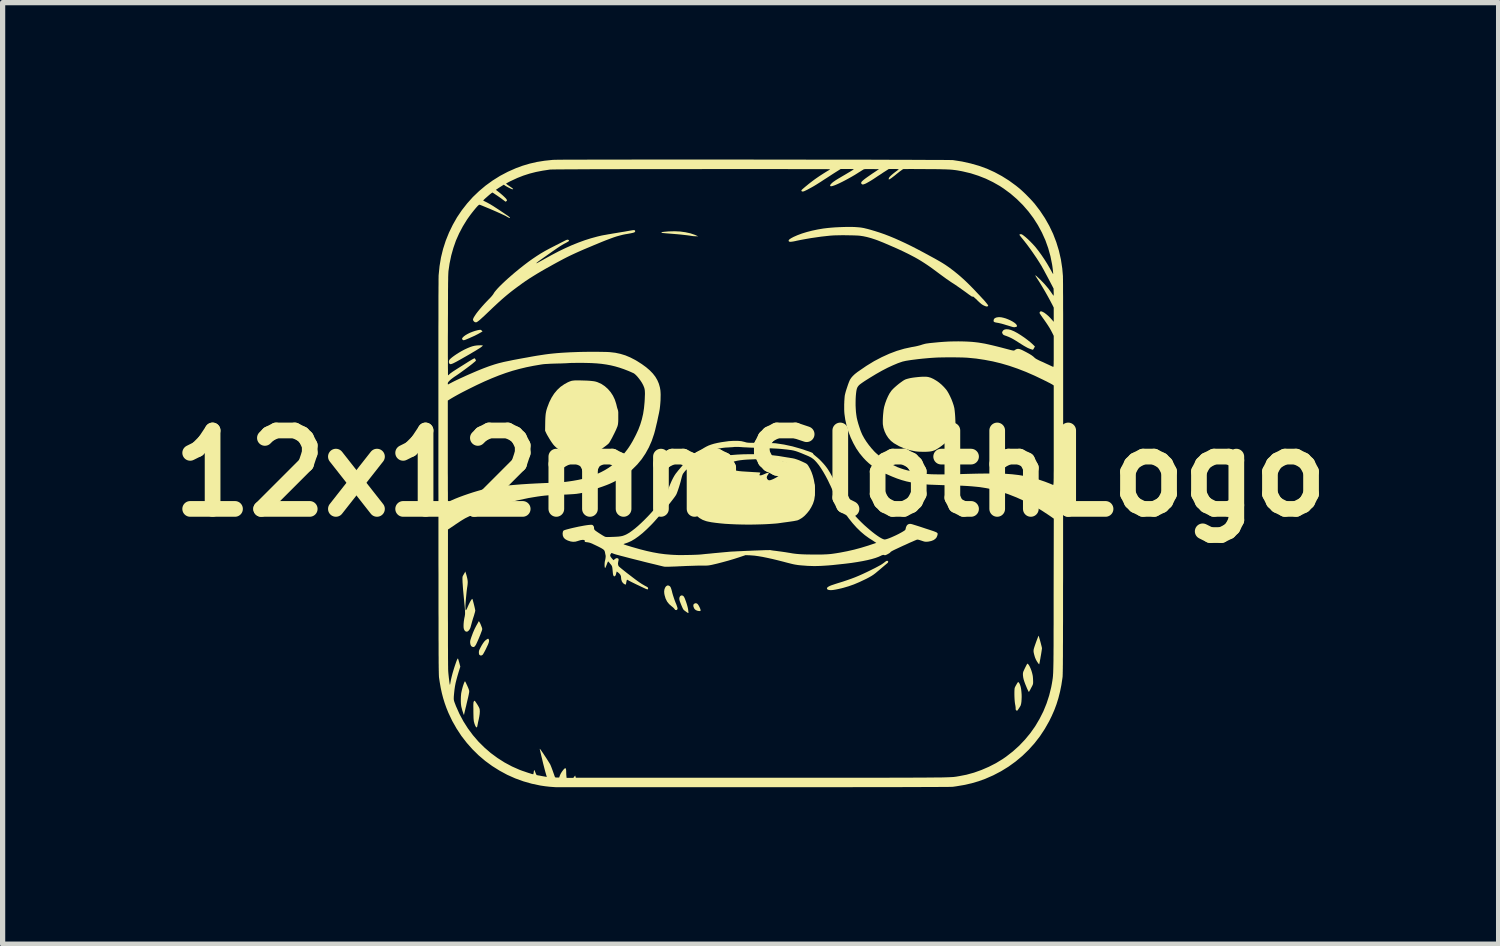
<source format=kicad_pcb>
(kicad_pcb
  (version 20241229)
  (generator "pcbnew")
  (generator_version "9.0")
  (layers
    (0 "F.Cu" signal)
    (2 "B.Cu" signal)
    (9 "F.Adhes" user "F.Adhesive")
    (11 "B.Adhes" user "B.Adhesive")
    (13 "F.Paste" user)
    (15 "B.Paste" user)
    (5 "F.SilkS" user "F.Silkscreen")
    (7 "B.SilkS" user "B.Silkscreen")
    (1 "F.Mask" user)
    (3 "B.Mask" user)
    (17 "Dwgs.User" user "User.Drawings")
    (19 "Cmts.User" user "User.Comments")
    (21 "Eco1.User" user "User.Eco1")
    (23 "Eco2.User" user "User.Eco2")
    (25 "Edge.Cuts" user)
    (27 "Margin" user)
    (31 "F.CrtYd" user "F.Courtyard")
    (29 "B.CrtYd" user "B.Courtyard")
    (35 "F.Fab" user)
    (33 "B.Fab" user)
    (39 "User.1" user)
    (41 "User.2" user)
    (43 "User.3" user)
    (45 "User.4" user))
  (footprint "12x12mmSlothLogo"
    (layer "F.Cu")
    (at 11.3 6.001)
    (property "Reference" "12x12mmSlothLogo" (at 0 0 0) (layer "F.SilkS") (effects (font (size 1.5 1.5) (thickness 0.3))))
    (attr board_only exclude_from_pos_files exclude_from_bom)
    (fp_poly (pts (xy -1.032 2.484) (xy -1.015 2.495) (xy -1.003 2.51) (xy -0.989 2.532) (xy -0.976 2.558) (xy -0.965 2.583) (xy -0.958 2.604) (xy -0.956 2.614) (xy -0.958 2.626) (xy -0.965 2.631) (xy -0.977 2.631) (xy -0.998 2.629) (xy -1.018 2.625) (xy -1.049 2.612) (xy -1.071 2.592) (xy -1.081 2.576) (xy -1.093 2.546) (xy -1.095 2.519) (xy -1.088 2.499) (xy -1.078 2.491) (xy -1.055 2.481)) (stroke (width 0) (type solid)) (fill yes) (layer "F.SilkS"))
    (fp_poly (pts (xy -5.157 -2.744) (xy -5.146 -2.736) (xy -5.142 -2.732) (xy -5.125 -2.715) (xy -5.162 -2.693) (xy -5.214 -2.664) (xy -5.277 -2.632) (xy -5.353 -2.598) (xy -5.379 -2.586) (xy -5.418 -2.57) (xy -5.446 -2.558) (xy -5.467 -2.551) (xy -5.482 -2.547) (xy -5.492 -2.547) (xy -5.499 -2.55) (xy -5.506 -2.555) (xy -5.507 -2.556) (xy -5.516 -2.571) (xy -5.516 -2.58) (xy -5.503 -2.6) (xy -5.48 -2.622) (xy -5.448 -2.645) (xy -5.41 -2.667) (xy -5.366 -2.689) (xy -5.318 -2.708) (xy -5.269 -2.725) (xy -5.22 -2.738) (xy -5.187 -2.744) (xy -5.169 -2.746)) (stroke (width 0) (type solid)) (fill yes) (layer "F.SilkS"))
    (fp_poly (pts (xy -5.016 3.16) (xy -5.011 3.165) (xy -5.01 3.167) (xy -5.003 3.18) (xy -5 3.195) (xy -5.002 3.215) (xy -5.009 3.24) (xy -5.021 3.272) (xy -5.04 3.312) (xy -5.054 3.342) (xy -5.071 3.377) (xy -5.088 3.409) (xy -5.103 3.436) (xy -5.115 3.456) (xy -5.122 3.466) (xy -5.142 3.479) (xy -5.163 3.481) (xy -5.181 3.471) (xy -5.183 3.47) (xy -5.191 3.457) (xy -5.194 3.44) (xy -5.195 3.423) (xy -5.194 3.403) (xy -5.19 3.384) (xy -5.181 3.363) (xy -5.168 3.337) (xy -5.14 3.285) (xy -5.114 3.244) (xy -5.09 3.212) (xy -5.066 3.188) (xy -5.052 3.178) (xy -5.034 3.166) (xy -5.022 3.16)) (stroke (width 0) (type solid)) (fill yes) (layer "F.SilkS"))
    (fp_poly (pts (xy -1.347 -4.625) (xy -1.246 -4.611) (xy -1.15 -4.59) (xy -1.062 -4.56) (xy -1.032 -4.546) (xy -1.003 -4.533) (xy -1.044 -4.534) (xy -1.072 -4.535) (xy -1.1 -4.537) (xy -1.116 -4.539) (xy -1.16 -4.546) (xy -1.213 -4.553) (xy -1.273 -4.56) (xy -1.336 -4.567) (xy -1.4 -4.573) (xy -1.46 -4.578) (xy -1.475 -4.579) (xy -1.535 -4.584) (xy -1.584 -4.588) (xy -1.622 -4.591) (xy -1.652 -4.594) (xy -1.674 -4.596) (xy -1.689 -4.598) (xy -1.698 -4.601) (xy -1.703 -4.603) (xy -1.705 -4.605) (xy -1.704 -4.609) (xy -1.7 -4.612) (xy -1.69 -4.615) (xy -1.672 -4.617) (xy -1.647 -4.62) (xy -1.611 -4.623) (xy -1.565 -4.627) (xy -1.561 -4.627) (xy -1.453 -4.63)) (stroke (width 0) (type solid)) (fill yes) (layer "F.SilkS"))
    (fp_poly (pts (xy -1.29 2.341) (xy -1.281 2.349) (xy -1.271 2.364) (xy -1.259 2.388) (xy -1.247 2.42) (xy -1.234 2.456) (xy -1.221 2.495) (xy -1.21 2.533) (xy -1.201 2.568) (xy -1.195 2.598) (xy -1.194 2.607) (xy -1.191 2.632) (xy -1.189 2.651) (xy -1.188 2.663) (xy -1.188 2.665) (xy -1.19 2.669) (xy -1.197 2.667) (xy -1.211 2.66) (xy -1.232 2.645) (xy -1.243 2.637) (xy -1.262 2.623) (xy -1.276 2.612) (xy -1.286 2.599) (xy -1.295 2.584) (xy -1.305 2.563) (xy -1.316 2.538) (xy -1.333 2.497) (xy -1.345 2.466) (xy -1.354 2.443) (xy -1.359 2.424) (xy -1.362 2.409) (xy -1.363 2.394) (xy -1.363 2.39) (xy -1.358 2.364) (xy -1.346 2.345) (xy -1.329 2.334) (xy -1.31 2.332)) (stroke (width 0) (type solid)) (fill yes) (layer "F.SilkS"))
    (fp_poly (pts (xy 4.792 -2.985) (xy 4.834 -2.976) (xy 4.879 -2.963) (xy 4.925 -2.945) (xy 4.969 -2.925) (xy 5.01 -2.903) (xy 5.044 -2.881) (xy 5.07 -2.859) (xy 5.083 -2.843) (xy 5.092 -2.824) (xy 5.093 -2.813) (xy 5.084 -2.805) (xy 5.072 -2.801) (xy 5.051 -2.796) (xy 5.032 -2.796) (xy 5.012 -2.799) (xy 4.992 -2.805) (xy 4.975 -2.81) (xy 4.949 -2.818) (xy 4.917 -2.828) (xy 4.882 -2.838) (xy 4.864 -2.844) (xy 4.827 -2.855) (xy 4.791 -2.865) (xy 4.759 -2.872) (xy 4.734 -2.878) (xy 4.726 -2.879) (xy 4.701 -2.883) (xy 4.678 -2.888) (xy 4.665 -2.892) (xy 4.652 -2.899) (xy 4.646 -2.908) (xy 4.645 -2.924) (xy 4.651 -2.948) (xy 4.667 -2.967) (xy 4.694 -2.98) (xy 4.731 -2.987) (xy 4.755 -2.988)) (stroke (width 0) (type solid)) (fill yes) (layer "F.SilkS"))
    (fp_poly (pts (xy -1.571 2.143) (xy -1.56 2.147) (xy -1.549 2.153) (xy -1.539 2.162) (xy -1.53 2.175) (xy -1.522 2.194) (xy -1.513 2.221) (xy -1.503 2.258) (xy -1.498 2.28) (xy -1.486 2.322) (xy -1.47 2.372) (xy -1.453 2.422) (xy -1.435 2.469) (xy -1.419 2.507) (xy -1.409 2.536) (xy -1.402 2.557) (xy -1.398 2.572) (xy -1.397 2.583) (xy -1.398 2.591) (xy -1.406 2.606) (xy -1.419 2.612) (xy -1.434 2.611) (xy -1.441 2.609) (xy -1.449 2.6) (xy -1.458 2.587) (xy -1.459 2.587) (xy -1.469 2.575) (xy -1.486 2.559) (xy -1.507 2.542) (xy -1.511 2.539) (xy -1.559 2.497) (xy -1.597 2.449) (xy -1.625 2.393) (xy -1.644 2.329) (xy -1.65 2.299) (xy -1.653 2.258) (xy -1.648 2.219) (xy -1.636 2.186) (xy -1.619 2.16) (xy -1.599 2.146) (xy -1.585 2.141)) (stroke (width 0) (type solid)) (fill yes) (layer "F.SilkS"))
    (fp_poly (pts (xy -5.194 2.827) (xy -5.188 2.834) (xy -5.178 2.85) (xy -5.167 2.872) (xy -5.156 2.898) (xy -5.146 2.924) (xy -5.137 2.948) (xy -5.132 2.967) (xy -5.131 2.976) (xy -5.133 2.988) (xy -5.14 3.011) (xy -5.152 3.042) (xy -5.166 3.08) (xy -5.184 3.123) (xy -5.191 3.141) (xy -5.214 3.194) (xy -5.233 3.236) (xy -5.248 3.268) (xy -5.262 3.291) (xy -5.275 3.307) (xy -5.287 3.316) (xy -5.299 3.319) (xy -5.312 3.317) (xy -5.324 3.313) (xy -5.342 3.3) (xy -5.354 3.277) (xy -5.361 3.243) (xy -5.361 3.241) (xy -5.362 3.223) (xy -5.361 3.207) (xy -5.358 3.189) (xy -5.351 3.166) (xy -5.341 3.135) (xy -5.34 3.132) (xy -5.308 3.046) (xy -5.276 2.972) (xy -5.242 2.906) (xy -5.233 2.891) (xy -5.22 2.868) (xy -5.209 2.848) (xy -5.203 2.835) (xy -5.201 2.831) (xy -5.197 2.827)) (stroke (width 0) (type solid)) (fill yes) (layer "F.SilkS"))
    (fp_poly (pts (xy 4.93 -2.754) (xy 4.975 -2.743) (xy 5.024 -2.723) (xy 5.042 -2.715) (xy 5.103 -2.682) (xy 5.167 -2.642) (xy 5.232 -2.598) (xy 5.294 -2.552) (xy 5.35 -2.507) (xy 5.388 -2.473) (xy 5.435 -2.427) (xy 5.419 -2.397) (xy 5.409 -2.38) (xy 5.401 -2.368) (xy 5.397 -2.365) (xy 5.389 -2.366) (xy 5.373 -2.371) (xy 5.351 -2.378) (xy 5.35 -2.378) (xy 5.322 -2.389) (xy 5.293 -2.402) (xy 5.26 -2.42) (xy 5.223 -2.441) (xy 5.178 -2.469) (xy 5.137 -2.495) (xy 5.076 -2.534) (xy 5.023 -2.566) (xy 4.976 -2.591) (xy 4.932 -2.611) (xy 4.891 -2.627) (xy 4.886 -2.629) (xy 4.859 -2.638) (xy 4.841 -2.646) (xy 4.83 -2.653) (xy 4.822 -2.662) (xy 4.817 -2.671) (xy 4.81 -2.686) (xy 4.808 -2.697) (xy 4.813 -2.71) (xy 4.816 -2.716) (xy 4.832 -2.738) (xy 4.858 -2.752) (xy 4.891 -2.757)) (stroke (width 0) (type solid)) (fill yes) (layer "F.SilkS"))
    (fp_poly (pts (xy -5.134 -2.449) (xy -5.122 -2.447) (xy -5.12 -2.446) (xy -5.123 -2.439) (xy -5.134 -2.429) (xy -5.151 -2.415) (xy -5.177 -2.397) (xy -5.211 -2.376) (xy -5.254 -2.349) (xy -5.307 -2.318) (xy -5.369 -2.281) (xy -5.442 -2.239) (xy -5.467 -2.225) (xy -5.528 -2.19) (xy -5.58 -2.161) (xy -5.623 -2.137) (xy -5.658 -2.119) (xy -5.686 -2.105) (xy -5.708 -2.096) (xy -5.724 -2.091) (xy -5.737 -2.089) (xy -5.746 -2.09) (xy -5.753 -2.094) (xy -5.759 -2.1) (xy -5.76 -2.102) (xy -5.769 -2.125) (xy -5.767 -2.151) (xy -5.759 -2.17) (xy -5.746 -2.186) (xy -5.724 -2.206) (xy -5.694 -2.23) (xy -5.658 -2.256) (xy -5.618 -2.283) (xy -5.575 -2.31) (xy -5.531 -2.336) (xy -5.488 -2.359) (xy -5.467 -2.37) (xy -5.411 -2.396) (xy -5.362 -2.416) (xy -5.318 -2.431) (xy -5.276 -2.441) (xy -5.233 -2.447) (xy -5.197 -2.449) (xy -5.159 -2.45)) (stroke (width 0) (type solid)) (fill yes) (layer "F.SilkS"))
    (fp_poly (pts (xy -5.271 4.35) (xy -5.261 4.363) (xy -5.247 4.384) (xy -5.23 4.409) (xy -5.227 4.414) (xy -5.207 4.447) (xy -5.193 4.473) (xy -5.184 4.494) (xy -5.18 4.512) (xy -5.179 4.514) (xy -5.177 4.553) (xy -5.18 4.599) (xy -5.188 4.652) (xy -5.198 4.703) (xy -5.206 4.736) (xy -5.213 4.771) (xy -5.219 4.802) (xy -5.221 4.81) (xy -5.226 4.837) (xy -5.232 4.852) (xy -5.239 4.856) (xy -5.248 4.849) (xy -5.257 4.837) (xy -5.265 4.821) (xy -5.274 4.798) (xy -5.283 4.772) (xy -5.283 4.77) (xy -5.287 4.755) (xy -5.291 4.74) (xy -5.293 4.724) (xy -5.295 4.704) (xy -5.297 4.679) (xy -5.298 4.647) (xy -5.299 4.606) (xy -5.3 4.555) (xy -5.3 4.549) (xy -5.3 4.497) (xy -5.301 4.456) (xy -5.301 4.425) (xy -5.3 4.401) (xy -5.299 4.384) (xy -5.297 4.373) (xy -5.295 4.365) (xy -5.292 4.36) (xy -5.283 4.349) (xy -5.277 4.345)) (stroke (width 0) (type solid)) (fill yes) (layer "F.SilkS"))
    (fp_poly (pts (xy 5.125 3.994) (xy 5.137 4.011) (xy 5.149 4.035) (xy 5.159 4.066) (xy 5.164 4.084) (xy 5.172 4.125) (xy 5.177 4.173) (xy 5.181 4.223) (xy 5.182 4.274) (xy 5.18 4.322) (xy 5.177 4.367) (xy 5.171 4.405) (xy 5.163 4.434) (xy 5.16 4.441) (xy 5.15 4.458) (xy 5.138 4.478) (xy 5.124 4.499) (xy 5.111 4.518) (xy 5.1 4.532) (xy 5.094 4.538) (xy 5.093 4.538) (xy 5.086 4.535) (xy 5.076 4.526) (xy 5.066 4.51) (xy 5.067 4.496) (xy 5.067 4.483) (xy 5.065 4.461) (xy 5.061 4.434) (xy 5.058 4.42) (xy 5.053 4.39) (xy 5.049 4.354) (xy 5.046 4.313) (xy 5.044 4.269) (xy 5.043 4.226) (xy 5.043 4.184) (xy 5.044 4.148) (xy 5.046 4.119) (xy 5.049 4.099) (xy 5.051 4.095) (xy 5.059 4.077) (xy 5.07 4.056) (xy 5.083 4.034) (xy 5.095 4.013) (xy 5.105 3.998) (xy 5.113 3.989) (xy 5.114 3.988)) (stroke (width 0) (type solid)) (fill yes) (layer "F.SilkS"))
    (fp_poly (pts (xy 5.509 3.11) (xy 5.514 3.127) (xy 5.521 3.152) (xy 5.53 3.182) (xy 5.539 3.215) (xy 5.548 3.248) (xy 5.556 3.28) (xy 5.563 3.307) (xy 5.568 3.329) (xy 5.57 3.342) (xy 5.57 3.343) (xy 5.569 3.354) (xy 5.566 3.374) (xy 5.562 3.401) (xy 5.557 3.434) (xy 5.551 3.471) (xy 5.544 3.508) (xy 5.538 3.546) (xy 5.531 3.58) (xy 5.526 3.61) (xy 5.521 3.633) (xy 5.518 3.646) (xy 5.517 3.65) (xy 5.513 3.646) (xy 5.503 3.636) (xy 5.495 3.625) (xy 5.471 3.589) (xy 5.453 3.556) (xy 5.438 3.52) (xy 5.43 3.495) (xy 5.419 3.455) (xy 5.412 3.424) (xy 5.409 3.399) (xy 5.41 3.377) (xy 5.413 3.358) (xy 5.417 3.344) (xy 5.424 3.321) (xy 5.433 3.294) (xy 5.444 3.262) (xy 5.456 3.228) (xy 5.468 3.195) (xy 5.48 3.164) (xy 5.49 3.138) (xy 5.498 3.117) (xy 5.504 3.105) (xy 5.506 3.103)) (stroke (width 0) (type solid)) (fill yes) (layer "F.SilkS"))
    (fp_poly (pts (xy 5.298 3.639) (xy 5.302 3.642) (xy 5.319 3.662) (xy 5.336 3.692) (xy 5.353 3.73) (xy 5.369 3.772) (xy 5.382 3.816) (xy 5.392 3.859) (xy 5.395 3.878) (xy 5.398 3.91) (xy 5.4 3.947) (xy 5.401 3.977) (xy 5.401 3.998) (xy 5.4 4.015) (xy 5.397 4.03) (xy 5.391 4.046) (xy 5.381 4.067) (xy 5.366 4.095) (xy 5.363 4.1) (xy 5.349 4.128) (xy 5.336 4.151) (xy 5.326 4.169) (xy 5.321 4.177) (xy 5.32 4.178) (xy 5.317 4.174) (xy 5.309 4.16) (xy 5.298 4.139) (xy 5.285 4.111) (xy 5.274 4.084) (xy 5.25 4.026) (xy 5.232 3.977) (xy 5.219 3.935) (xy 5.211 3.898) (xy 5.207 3.863) (xy 5.206 3.848) (xy 5.206 3.831) (xy 5.207 3.816) (xy 5.21 3.802) (xy 5.215 3.785) (xy 5.225 3.764) (xy 5.238 3.735) (xy 5.247 3.717) (xy 5.263 3.685) (xy 5.275 3.662) (xy 5.283 3.647) (xy 5.289 3.639) (xy 5.294 3.637)) (stroke (width 0) (type solid)) (fill yes) (layer "F.SilkS"))
    (fp_poly (pts (xy -5.456 3.979) (xy -5.448 3.993) (xy -5.438 4.014) (xy -5.426 4.04) (xy -5.413 4.068) (xy -5.401 4.095) (xy -5.391 4.12) (xy -5.384 4.141) (xy -5.382 4.148) (xy -5.38 4.158) (xy -5.38 4.169) (xy -5.381 4.185) (xy -5.385 4.205) (xy -5.39 4.233) (xy -5.398 4.27) (xy -5.407 4.308) (xy -5.418 4.354) (xy -5.429 4.4) (xy -5.439 4.445) (xy -5.449 4.484) (xy -5.456 4.515) (xy -5.457 4.518) (xy -5.464 4.548) (xy -5.471 4.576) (xy -5.476 4.598) (xy -5.478 4.611) (xy -5.479 4.616) (xy -5.482 4.614) (xy -5.488 4.603) (xy -5.495 4.582) (xy -5.502 4.56) (xy -5.513 4.527) (xy -5.522 4.492) (xy -5.53 4.461) (xy -5.533 4.445) (xy -5.538 4.405) (xy -5.54 4.357) (xy -5.54 4.306) (xy -5.538 4.257) (xy -5.534 4.213) (xy -5.533 4.204) (xy -5.527 4.173) (xy -5.519 4.139) (xy -5.51 4.103) (xy -5.5 4.067) (xy -5.489 4.035) (xy -5.479 4.007) (xy -5.47 3.987) (xy -5.463 3.975) (xy -5.461 3.974)) (stroke (width 0) (type solid)) (fill yes) (layer "F.SilkS"))
    (fp_poly (pts (xy 2.613 1.67) (xy 2.626 1.677) (xy 2.631 1.688) (xy 2.626 1.703) (xy 2.618 1.712) (xy 2.569 1.753) (xy 2.524 1.791) (xy 2.483 1.826) (xy 2.449 1.855) (xy 2.422 1.877) (xy 2.413 1.885) (xy 2.38 1.912) (xy 2.345 1.938) (xy 2.308 1.962) (xy 2.264 1.987) (xy 2.213 2.014) (xy 2.19 2.025) (xy 2.08 2.077) (xy 1.976 2.121) (xy 1.874 2.157) (xy 1.772 2.187) (xy 1.741 2.195) (xy 1.676 2.21) (xy 1.622 2.221) (xy 1.577 2.228) (xy 1.54 2.231) (xy 1.51 2.23) (xy 1.485 2.225) (xy 1.484 2.225) (xy 1.466 2.215) (xy 1.459 2.202) (xy 1.463 2.186) (xy 1.467 2.181) (xy 1.478 2.171) (xy 1.494 2.161) (xy 1.516 2.15) (xy 1.545 2.138) (xy 1.584 2.125) (xy 1.632 2.109) (xy 1.67 2.097) (xy 1.764 2.068) (xy 1.847 2.04) (xy 1.924 2.013) (xy 1.998 1.985) (xy 2.07 1.955) (xy 2.144 1.922) (xy 2.223 1.885) (xy 2.309 1.843) (xy 2.322 1.836) (xy 2.377 1.809) (xy 2.422 1.785) (xy 2.459 1.765) (xy 2.49 1.748) (xy 2.516 1.731) (xy 2.539 1.715) (xy 2.56 1.699) (xy 2.569 1.692) (xy 2.591 1.676) (xy 2.608 1.67)) (stroke (width 0) (type solid)) (fill yes) (layer "F.SilkS"))
    (fp_poly (pts (xy 3.363 -1.848) (xy 3.395 -1.844) (xy 3.443 -1.83) (xy 3.494 -1.807) (xy 3.547 -1.776) (xy 3.601 -1.739) (xy 3.652 -1.696) (xy 3.698 -1.65) (xy 3.739 -1.603) (xy 3.757 -1.578) (xy 3.785 -1.531) (xy 3.813 -1.476) (xy 3.84 -1.417) (xy 3.863 -1.357) (xy 3.882 -1.3) (xy 3.895 -1.248) (xy 3.897 -1.233) (xy 3.901 -1.203) (xy 3.905 -1.164) (xy 3.909 -1.118) (xy 3.912 -1.069) (xy 3.914 -1.02) (xy 3.916 -0.973) (xy 3.916 -0.932) (xy 3.916 -0.928) (xy 3.916 -0.911) (xy 3.916 -0.897) (xy 3.914 -0.885) (xy 3.91 -0.871) (xy 3.903 -0.856) (xy 3.894 -0.837) (xy 3.88 -0.812) (xy 3.861 -0.779) (xy 3.836 -0.738) (xy 3.805 -0.688) (xy 3.777 -0.647) (xy 3.748 -0.611) (xy 3.716 -0.579) (xy 3.679 -0.548) (xy 3.634 -0.514) (xy 3.625 -0.508) (xy 3.587 -0.482) (xy 3.555 -0.462) (xy 3.528 -0.447) (xy 3.502 -0.437) (xy 3.475 -0.428) (xy 3.448 -0.422) (xy 3.417 -0.418) (xy 3.377 -0.415) (xy 3.331 -0.413) (xy 3.281 -0.414) (xy 3.233 -0.415) (xy 3.187 -0.418) (xy 3.153 -0.422) (xy 3.043 -0.444) (xy 2.937 -0.478) (xy 2.836 -0.522) (xy 2.741 -0.577) (xy 2.737 -0.579) (xy 2.682 -0.623) (xy 2.634 -0.676) (xy 2.594 -0.736) (xy 2.562 -0.803) (xy 2.539 -0.874) (xy 2.528 -0.94) (xy 2.527 -0.973) (xy 2.527 -1.016) (xy 2.529 -1.064) (xy 2.532 -1.115) (xy 2.537 -1.165) (xy 2.542 -1.212) (xy 2.549 -1.251) (xy 2.553 -1.272) (xy 2.574 -1.344) (xy 2.599 -1.412) (xy 2.627 -1.475) (xy 2.656 -1.53) (xy 2.687 -1.575) (xy 2.697 -1.588) (xy 2.725 -1.618) (xy 2.759 -1.65) (xy 2.797 -1.683) (xy 2.836 -1.715) (xy 2.875 -1.744) (xy 2.911 -1.77) (xy 2.943 -1.789) (xy 2.967 -1.8) (xy 3.004 -1.811) (xy 3.049 -1.822) (xy 3.101 -1.831) (xy 3.157 -1.838) (xy 3.214 -1.844) (xy 3.269 -1.848) (xy 3.32 -1.849)) (stroke (width 0) (type solid)) (fill yes) (layer "F.SilkS"))
    (fp_poly (pts (xy -5.453 1.88) (xy -5.448 1.896) (xy -5.439 1.923) (xy -5.429 1.957) (xy -5.418 2.002) (xy -5.411 2.041) (xy -5.408 2.076) (xy -5.41 2.114) (xy -5.415 2.158) (xy -5.417 2.166) (xy -5.422 2.203) (xy -5.428 2.248) (xy -5.433 2.297) (xy -5.438 2.349) (xy -5.443 2.4) (xy -5.447 2.449) (xy -5.45 2.492) (xy -5.452 2.527) (xy -5.452 2.546) (xy -5.452 2.58) (xy -5.45 2.604) (xy -5.447 2.615) (xy -5.441 2.615) (xy -5.433 2.603) (xy -5.421 2.58) (xy -5.406 2.545) (xy -5.405 2.542) (xy -5.388 2.504) (xy -5.371 2.47) (xy -5.355 2.44) (xy -5.341 2.418) (xy -5.329 2.403) (xy -5.321 2.398) (xy -5.32 2.399) (xy -5.316 2.407) (xy -5.311 2.424) (xy -5.304 2.45) (xy -5.296 2.479) (xy -5.288 2.512) (xy -5.28 2.544) (xy -5.273 2.574) (xy -5.268 2.599) (xy -5.264 2.616) (xy -5.264 2.622) (xy -5.266 2.634) (xy -5.271 2.656) (xy -5.279 2.683) (xy -5.288 2.715) (xy -5.292 2.728) (xy -5.305 2.767) (xy -5.318 2.81) (xy -5.33 2.852) (xy -5.339 2.886) (xy -5.34 2.888) (xy -5.35 2.925) (xy -5.358 2.952) (xy -5.367 2.972) (xy -5.377 2.988) (xy -5.389 3.003) (xy -5.394 3.009) (xy -5.414 3.023) (xy -5.436 3.025) (xy -5.456 3.016) (xy -5.466 3.005) (xy -5.476 2.987) (xy -5.48 2.979) (xy -5.486 2.954) (xy -5.488 2.919) (xy -5.487 2.878) (xy -5.483 2.832) (xy -5.476 2.784) (xy -5.471 2.757) (xy -5.466 2.736) (xy -5.463 2.716) (xy -5.46 2.698) (xy -5.459 2.678) (xy -5.459 2.656) (xy -5.46 2.629) (xy -5.462 2.596) (xy -5.465 2.556) (xy -5.47 2.507) (xy -5.476 2.447) (xy -5.476 2.443) (xy -5.484 2.358) (xy -5.491 2.285) (xy -5.497 2.222) (xy -5.501 2.168) (xy -5.504 2.122) (xy -5.507 2.082) (xy -5.508 2.048) (xy -5.509 2.029) (xy -5.509 2.002) (xy -5.508 1.983) (xy -5.505 1.968) (xy -5.498 1.953) (xy -5.486 1.933) (xy -5.484 1.929) (xy -5.472 1.908) (xy -5.462 1.891) (xy -5.458 1.881) (xy -5.458 1.88) (xy -5.457 1.875)) (stroke (width 0) (type solid)) (fill yes) (layer "F.SilkS"))
    (fp_poly (pts (xy -3.277 -1.779) (xy -3.246 -1.778) (xy -3.178 -1.776) (xy -3.121 -1.774) (xy -3.074 -1.771) (xy -3.034 -1.767) (xy -3.001 -1.763) (xy -2.972 -1.758) (xy -2.947 -1.751) (xy -2.923 -1.743) (xy -2.921 -1.742) (xy -2.851 -1.71) (xy -2.787 -1.667) (xy -2.728 -1.614) (xy -2.676 -1.554) (xy -2.632 -1.487) (xy -2.597 -1.414) (xy -2.572 -1.338) (xy -2.566 -1.316) (xy -2.559 -1.286) (xy -2.551 -1.254) (xy -2.543 -1.229) (xy -2.538 -1.215) (xy -2.534 -1.201) (xy -2.532 -1.186) (xy -2.53 -1.167) (xy -2.53 -1.142) (xy -2.53 -1.108) (xy -2.53 -1.068) (xy -2.53 -1.025) (xy -2.531 -0.992) (xy -2.533 -0.967) (xy -2.535 -0.947) (xy -2.538 -0.93) (xy -2.542 -0.914) (xy -2.547 -0.897) (xy -2.557 -0.873) (xy -2.57 -0.841) (xy -2.587 -0.805) (xy -2.606 -0.765) (xy -2.627 -0.724) (xy -2.647 -0.684) (xy -2.667 -0.648) (xy -2.685 -0.616) (xy -2.699 -0.592) (xy -2.71 -0.577) (xy -2.725 -0.562) (xy -2.749 -0.542) (xy -2.779 -0.519) (xy -2.813 -0.494) (xy -2.849 -0.469) (xy -2.884 -0.446) (xy -2.916 -0.427) (xy -2.916 -0.427) (xy -2.955 -0.406) (xy -2.991 -0.389) (xy -3.022 -0.377) (xy -3.047 -0.37) (xy -3.057 -0.369) (xy -3.07 -0.368) (xy -3.093 -0.364) (xy -3.121 -0.359) (xy -3.149 -0.353) (xy -3.246 -0.338) (xy -3.343 -0.334) (xy -3.401 -0.338) (xy -3.445 -0.343) (xy -3.482 -0.351) (xy -3.517 -0.363) (xy -3.552 -0.38) (xy -3.59 -0.403) (xy -3.624 -0.426) (xy -3.667 -0.456) (xy -3.701 -0.482) (xy -3.728 -0.506) (xy -3.752 -0.529) (xy -3.773 -0.553) (xy -3.784 -0.568) (xy -3.802 -0.593) (xy -3.824 -0.626) (xy -3.847 -0.663) (xy -3.87 -0.702) (xy -3.891 -0.738) (xy -3.907 -0.769) (xy -3.912 -0.78) (xy -3.929 -0.816) (xy -3.927 -0.947) (xy -3.926 -1.009) (xy -3.924 -1.06) (xy -3.921 -1.103) (xy -3.917 -1.141) (xy -3.911 -1.175) (xy -3.904 -1.207) (xy -3.894 -1.24) (xy -3.888 -1.259) (xy -3.85 -1.359) (xy -3.806 -1.448) (xy -3.756 -1.526) (xy -3.699 -1.595) (xy -3.635 -1.655) (xy -3.563 -1.705) (xy -3.5 -1.74) (xy -3.471 -1.753) (xy -3.445 -1.763) (xy -3.42 -1.771) (xy -3.393 -1.775) (xy -3.362 -1.778) (xy -3.324 -1.779)) (stroke (width 0) (type solid)) (fill yes) (layer "F.SilkS"))
    (fp_poly (pts (xy 1.923 -4.713) (xy 1.989 -4.711) (xy 2.044 -4.707) (xy 2.079 -4.704) (xy 2.109 -4.701) (xy 2.137 -4.696) (xy 2.166 -4.691) (xy 2.198 -4.683) (xy 2.236 -4.674) (xy 2.283 -4.661) (xy 2.287 -4.66) (xy 2.378 -4.633) (xy 2.469 -4.604) (xy 2.561 -4.572) (xy 2.654 -4.536) (xy 2.751 -4.496) (xy 2.852 -4.451) (xy 2.958 -4.402) (xy 3.071 -4.347) (xy 3.19 -4.286) (xy 3.318 -4.218) (xy 3.441 -4.151) (xy 3.513 -4.112) (xy 3.575 -4.077) (xy 3.629 -4.046) (xy 3.677 -4.017) (xy 3.721 -3.989) (xy 3.762 -3.961) (xy 3.802 -3.933) (xy 3.843 -3.902) (xy 3.887 -3.869) (xy 3.915 -3.846) (xy 3.962 -3.808) (xy 4.009 -3.768) (xy 4.055 -3.727) (xy 4.103 -3.683) (xy 4.153 -3.635) (xy 4.206 -3.582) (xy 4.265 -3.522) (xy 4.329 -3.454) (xy 4.381 -3.399) (xy 4.429 -3.347) (xy 4.469 -3.304) (xy 4.499 -3.268) (xy 4.522 -3.24) (xy 4.536 -3.22) (xy 4.542 -3.207) (xy 4.541 -3.201) (xy 4.527 -3.193) (xy 4.508 -3.192) (xy 4.484 -3.199) (xy 4.457 -3.211) (xy 4.437 -3.222) (xy 4.417 -3.235) (xy 4.395 -3.253) (xy 4.37 -3.275) (xy 4.338 -3.305) (xy 4.331 -3.313) (xy 4.3 -3.342) (xy 4.276 -3.364) (xy 4.26 -3.377) (xy 4.25 -3.383) (xy 4.245 -3.383) (xy 4.245 -3.383) (xy 4.244 -3.38) (xy 4.242 -3.378) (xy 4.239 -3.377) (xy 4.235 -3.379) (xy 4.227 -3.384) (xy 4.214 -3.392) (xy 4.196 -3.405) (xy 4.171 -3.422) (xy 4.139 -3.446) (xy 4.098 -3.476) (xy 4.086 -3.484) (xy 4.043 -3.515) (xy 3.998 -3.547) (xy 3.952 -3.579) (xy 3.91 -3.608) (xy 3.873 -3.632) (xy 3.854 -3.644) (xy 3.825 -3.663) (xy 3.788 -3.689) (xy 3.745 -3.718) (xy 3.7 -3.751) (xy 3.653 -3.785) (xy 3.607 -3.819) (xy 3.595 -3.828) (xy 3.517 -3.886) (xy 3.446 -3.938) (xy 3.381 -3.983) (xy 3.319 -4.024) (xy 3.259 -4.062) (xy 3.199 -4.098) (xy 3.137 -4.133) (xy 3.07 -4.168) (xy 2.998 -4.205) (xy 2.969 -4.219) (xy 2.918 -4.244) (xy 2.86 -4.271) (xy 2.797 -4.3) (xy 2.731 -4.329) (xy 2.664 -4.358) (xy 2.599 -4.386) (xy 2.536 -4.413) (xy 2.478 -4.436) (xy 2.428 -4.456) (xy 2.386 -4.471) (xy 2.383 -4.472) (xy 2.301 -4.499) (xy 2.223 -4.52) (xy 2.152 -4.535) (xy 2.091 -4.544) (xy 2.06 -4.547) (xy 2.018 -4.549) (xy 1.969 -4.551) (xy 1.914 -4.552) (xy 1.856 -4.553) (xy 1.797 -4.554) (xy 1.739 -4.554) (xy 1.685 -4.553) (xy 1.637 -4.552) (xy 1.597 -4.551) (xy 1.596 -4.551) (xy 1.522 -4.546) (xy 1.438 -4.537) (xy 1.347 -4.527) (xy 1.251 -4.513) (xy 1.153 -4.499) (xy 1.056 -4.482) (xy 0.962 -4.465) (xy 0.874 -4.447) (xy 0.863 -4.444) (xy 0.818 -4.435) (xy 0.784 -4.43) (xy 0.76 -4.428) (xy 0.743 -4.43) (xy 0.732 -4.436) (xy 0.729 -4.44) (xy 0.726 -4.452) (xy 0.733 -4.466) (xy 0.75 -4.481) (xy 0.778 -4.499) (xy 0.818 -4.52) (xy 0.819 -4.521) (xy 0.896 -4.555) (xy 0.982 -4.587) (xy 1.077 -4.616) (xy 1.178 -4.642) (xy 1.283 -4.664) (xy 1.389 -4.682) (xy 1.463 -4.691) (xy 1.534 -4.698) (xy 1.611 -4.704) (xy 1.691 -4.708) (xy 1.771 -4.711) (xy 1.849 -4.713)) (stroke (width 0) (type solid)) (fill yes) (layer "F.SilkS"))
    (fp_poly (pts (xy -2.217 -4.649) (xy -2.209 -4.643) (xy -2.207 -4.633) (xy -2.208 -4.624) (xy -2.213 -4.616) (xy -2.223 -4.609) (xy -2.239 -4.603) (xy -2.263 -4.597) (xy -2.296 -4.59) (xy -2.34 -4.582) (xy -2.357 -4.579) (xy -2.399 -4.572) (xy -2.439 -4.564) (xy -2.479 -4.554) (xy -2.52 -4.543) (xy -2.563 -4.531) (xy -2.609 -4.516) (xy -2.659 -4.498) (xy -2.715 -4.477) (xy -2.778 -4.453) (xy -2.848 -4.425) (xy -2.927 -4.392) (xy -3.017 -4.355) (xy -3.023 -4.352) (xy -3.114 -4.314) (xy -3.195 -4.28) (xy -3.268 -4.248) (xy -3.335 -4.218) (xy -3.398 -4.189) (xy -3.457 -4.161) (xy -3.516 -4.132) (xy -3.576 -4.101) (xy -3.638 -4.068) (xy -3.705 -4.032) (xy -3.778 -3.992) (xy -3.81 -3.974) (xy -3.911 -3.918) (xy -4.001 -3.866) (xy -4.084 -3.817) (xy -4.16 -3.77) (xy -4.232 -3.725) (xy -4.301 -3.679) (xy -4.368 -3.632) (xy -4.435 -3.583) (xy -4.48 -3.55) (xy -4.532 -3.511) (xy -4.58 -3.474) (xy -4.626 -3.437) (xy -4.671 -3.4) (xy -4.717 -3.361) (xy -4.764 -3.32) (xy -4.814 -3.275) (xy -4.868 -3.225) (xy -4.928 -3.169) (xy -4.995 -3.105) (xy -5.034 -3.068) (xy -5.084 -3.02) (xy -5.127 -2.981) (xy -5.162 -2.949) (xy -5.19 -2.925) (xy -5.212 -2.908) (xy -5.23 -2.896) (xy -5.243 -2.89) (xy -5.251 -2.889) (xy -5.265 -2.891) (xy -5.274 -2.894) (xy -5.29 -2.906) (xy -5.302 -2.922) (xy -5.308 -2.94) (xy -5.308 -2.94) (xy -5.303 -2.959) (xy -5.291 -2.985) (xy -5.27 -3.018) (xy -5.244 -3.057) (xy -5.211 -3.1) (xy -5.173 -3.146) (xy -5.131 -3.195) (xy -5.086 -3.245) (xy -5.038 -3.296) (xy -5.019 -3.316) (xy -4.981 -3.354) (xy -4.952 -3.386) (xy -4.931 -3.412) (xy -4.916 -3.433) (xy -4.912 -3.441) (xy -4.896 -3.466) (xy -4.87 -3.498) (xy -4.837 -3.536) (xy -4.796 -3.579) (xy -4.748 -3.626) (xy -4.695 -3.676) (xy -4.637 -3.729) (xy -4.575 -3.783) (xy -4.51 -3.839) (xy -4.443 -3.894) (xy -4.42 -3.913) (xy -4.33 -3.984) (xy -4.247 -4.047) (xy -4.168 -4.103) (xy -4.091 -4.155) (xy -4.014 -4.204) (xy -3.934 -4.251) (xy -3.849 -4.297) (xy -3.758 -4.344) (xy -3.757 -4.344) (xy -3.715 -4.366) (xy -3.673 -4.387) (xy -3.634 -4.407) (xy -3.601 -4.424) (xy -3.575 -4.437) (xy -3.562 -4.444) (xy -3.534 -4.458) (xy -3.514 -4.466) (xy -3.499 -4.469) (xy -3.488 -4.467) (xy -3.479 -4.461) (xy -3.471 -4.453) (xy -3.473 -4.445) (xy -3.476 -4.442) (xy -3.485 -4.434) (xy -3.503 -4.424) (xy -3.525 -4.411) (xy -3.538 -4.404) (xy -3.571 -4.387) (xy -3.608 -4.365) (xy -3.65 -4.339) (xy -3.698 -4.307) (xy -3.754 -4.268) (xy -3.792 -4.242) (xy -3.824 -4.219) (xy -3.864 -4.191) (xy -3.906 -4.161) (xy -3.948 -4.132) (xy -3.976 -4.112) (xy -4.017 -4.083) (xy -4.048 -4.061) (xy -4.07 -4.044) (xy -4.085 -4.032) (xy -4.093 -4.024) (xy -4.095 -4.018) (xy -4.094 -4.017) (xy -4.088 -4.019) (xy -4.073 -4.027) (xy -4.05 -4.039) (xy -4.02 -4.056) (xy -3.985 -4.075) (xy -3.948 -4.096) (xy -3.805 -4.175) (xy -3.67 -4.246) (xy -3.541 -4.308) (xy -3.416 -4.364) (xy -3.294 -4.413) (xy -3.174 -4.457) (xy -3.054 -4.495) (xy -2.933 -4.528) (xy -2.849 -4.548) (xy -2.833 -4.551) (xy -2.807 -4.556) (xy -2.771 -4.562) (xy -2.729 -4.57) (xy -2.68 -4.578) (xy -2.629 -4.587) (xy -2.58 -4.595) (xy -2.526 -4.604) (xy -2.472 -4.613) (xy -2.421 -4.621) (xy -2.376 -4.629) (xy -2.337 -4.636) (xy -2.308 -4.641) (xy -2.291 -4.644) (xy -2.256 -4.65) (xy -2.232 -4.652)) (stroke (width 0) (type solid)) (fill yes) (layer "F.SilkS"))
    (fp_poly (pts (xy 0.093 -0.367) (xy 0.209 -0.363) (xy 0.323 -0.356) (xy 0.431 -0.346) (xy 0.532 -0.334) (xy 0.622 -0.319) (xy 0.659 -0.313) (xy 0.701 -0.306) (xy 0.741 -0.3) (xy 0.756 -0.297) (xy 0.802 -0.29) (xy 0.843 -0.281) (xy 0.883 -0.268) (xy 0.927 -0.252) (xy 0.977 -0.23) (xy 0.984 -0.227) (xy 1.018 -0.211) (xy 1.044 -0.199) (xy 1.062 -0.189) (xy 1.076 -0.179) (xy 1.086 -0.169) (xy 1.096 -0.156) (xy 1.107 -0.14) (xy 1.107 -0.139) (xy 1.137 -0.087) (xy 1.165 -0.025) (xy 1.189 0.044) (xy 1.208 0.117) (xy 1.222 0.192) (xy 1.225 0.214) (xy 1.229 0.259) (xy 1.231 0.309) (xy 1.23 0.362) (xy 1.228 0.414) (xy 1.223 0.461) (xy 1.217 0.501) (xy 1.213 0.516) (xy 1.192 0.58) (xy 1.161 0.643) (xy 1.124 0.704) (xy 1.08 0.759) (xy 1.033 0.809) (xy 0.983 0.85) (xy 0.931 0.881) (xy 0.903 0.894) (xy 0.894 0.897) (xy 0.881 0.9) (xy 0.865 0.903) (xy 0.845 0.907) (xy 0.818 0.912) (xy 0.785 0.917) (xy 0.743 0.923) (xy 0.693 0.93) (xy 0.633 0.938) (xy 0.563 0.948) (xy 0.519 0.954) (xy 0.478 0.958) (xy 0.426 0.962) (xy 0.366 0.966) (xy 0.298 0.97) (xy 0.226 0.973) (xy 0.151 0.975) (xy 0.074 0.977) (xy -0.002 0.978) (xy -0.075 0.978) (xy -0.144 0.977) (xy -0.15 0.977) (xy -0.27 0.974) (xy -0.383 0.969) (xy -0.488 0.963) (xy -0.585 0.954) (xy -0.673 0.944) (xy -0.751 0.933) (xy -0.817 0.92) (xy -0.85 0.912) (xy -0.916 0.888) (xy -0.977 0.853) (xy -1.034 0.807) (xy -1.084 0.751) (xy -1.128 0.687) (xy -1.164 0.613) (xy -1.185 0.56) (xy -1.193 0.531) (xy -1.2 0.502) (xy -1.206 0.471) (xy -1.209 0.435) (xy -1.212 0.393) (xy -1.213 0.341) (xy -1.213 0.303) (xy -1.214 0.178) (xy -1.182 0.091) (xy -1.16 0.036) (xy -1.141 -0.009) (xy -1.123 -0.046) (xy -1.104 -0.076) (xy -1.084 -0.102) (xy -1.066 -0.122) (xy -1.048 -0.138) (xy -1.037 -0.147) (xy -0.416 -0.147) (xy -0.413 -0.124) (xy -0.402 -0.105) (xy -0.384 -0.09) (xy -0.355 -0.076) (xy -0.316 -0.064) (xy -0.291 -0.058) (xy -0.272 -0.053) (xy -0.254 -0.05) (xy -0.235 -0.047) (xy -0.215 -0.044) (xy -0.191 -0.042) (xy -0.162 -0.039) (xy -0.127 -0.037) (xy -0.083 -0.034) (xy -0.03 -0.031) (xy 0.018 -0.028) (xy 0.062 -0.025) (xy 0.102 -0.023) (xy 0.136 -0.021) (xy 0.162 -0.019) (xy 0.18 -0.017) (xy 0.186 -0.016) (xy 0.185 -0.01) (xy 0.179 0.002) (xy 0.178 0.004) (xy 0.172 0.019) (xy 0.169 0.03) (xy 0.169 0.03) (xy 0.174 0.036) (xy 0.188 0.037) (xy 0.211 0.033) (xy 0.239 0.023) (xy 0.263 0.013) (xy 0.298 -0.003) (xy 0.324 -0.011) (xy 0.34 -0.012) (xy 0.347 -0.006) (xy 0.344 0.007) (xy 0.331 0.025) (xy 0.314 0.052) (xy 0.308 0.077) (xy 0.314 0.099) (xy 0.322 0.111) (xy 0.337 0.126) (xy 0.353 0.131) (xy 0.36 0.131) (xy 0.38 0.128) (xy 0.408 0.118) (xy 0.44 0.104) (xy 0.475 0.086) (xy 0.509 0.066) (xy 0.513 0.063) (xy 0.541 0.046) (xy 0.562 0.036) (xy 0.579 0.032) (xy 0.597 0.033) (xy 0.606 0.036) (xy 0.681 0.058) (xy 0.745 0.077) (xy 0.797 0.093) (xy 0.837 0.106) (xy 0.865 0.117) (xy 0.881 0.124) (xy 0.881 0.124) (xy 0.908 0.135) (xy 0.934 0.133) (xy 0.958 0.119) (xy 0.964 0.113) (xy 0.978 0.088) (xy 0.982 0.058) (xy 0.976 0.025) (xy 0.96 -0.011) (xy 0.935 -0.048) (xy 0.913 -0.074) (xy 0.876 -0.106) (xy 0.827 -0.138) (xy 0.769 -0.168) (xy 0.704 -0.195) (xy 0.632 -0.219) (xy 0.555 -0.239) (xy 0.486 -0.254) (xy 0.437 -0.26) (xy 0.378 -0.266) (xy 0.311 -0.269) (xy 0.239 -0.271) (xy 0.163 -0.272) (xy 0.086 -0.271) (xy 0.01 -0.268) (xy -0.063 -0.265) (xy -0.131 -0.26) (xy -0.193 -0.253) (xy -0.245 -0.245) (xy -0.269 -0.24) (xy -0.317 -0.228) (xy -0.355 -0.216) (xy -0.382 -0.203) (xy -0.4 -0.189) (xy -0.411 -0.173) (xy -0.416 -0.153) (xy -0.416 -0.147) (xy -1.037 -0.147) (xy -1.023 -0.158) (xy -0.993 -0.181) (xy -0.96 -0.205) (xy -0.926 -0.228) (xy -0.892 -0.25) (xy -0.862 -0.269) (xy -0.838 -0.284) (xy -0.82 -0.292) (xy -0.818 -0.293) (xy -0.806 -0.295) (xy -0.783 -0.299) (xy -0.751 -0.304) (xy -0.712 -0.31) (xy -0.667 -0.316) (xy -0.617 -0.322) (xy -0.566 -0.329) (xy -0.514 -0.335) (xy -0.462 -0.341) (xy -0.414 -0.347) (xy -0.369 -0.351) (xy -0.35 -0.353) (xy -0.247 -0.361) (xy -0.138 -0.366) (xy -0.023 -0.368)) (stroke (width 0) (type solid)) (fill yes) (layer "F.SilkS"))
    (fp_poly (pts (xy -0.178 -0.617) (xy -0.118 -0.603) (xy -0.105 -0.599) (xy -0.094 -0.596) (xy -0.084 -0.593) (xy -0.072 -0.591) (xy -0.058 -0.589) (xy -0.039 -0.587) (xy -0.015 -0.586) (xy 0.015 -0.586) (xy 0.054 -0.585) (xy 0.102 -0.585) (xy 0.162 -0.584) (xy 0.175 -0.584) (xy 0.235 -0.584) (xy 0.293 -0.583) (xy 0.347 -0.582) (xy 0.395 -0.58) (xy 0.435 -0.579) (xy 0.466 -0.577) (xy 0.481 -0.576) (xy 0.64 -0.552) (xy 0.798 -0.518) (xy 0.959 -0.472) (xy 1.01 -0.456) (xy 1.06 -0.438) (xy 1.1 -0.425) (xy 1.131 -0.414) (xy 1.154 -0.405) (xy 1.17 -0.398) (xy 1.181 -0.393) (xy 1.188 -0.388) (xy 1.192 -0.383) (xy 1.194 -0.378) (xy 1.201 -0.368) (xy 1.216 -0.353) (xy 1.236 -0.337) (xy 1.245 -0.329) (xy 1.279 -0.301) (xy 1.318 -0.266) (xy 1.357 -0.226) (xy 1.395 -0.185) (xy 1.428 -0.146) (xy 1.439 -0.131) (xy 1.46 -0.104) (xy 1.479 -0.076) (xy 1.497 -0.047) (xy 1.517 -0.015) (xy 1.537 0.021) (xy 1.56 0.063) (xy 1.585 0.111) (xy 1.614 0.167) (xy 1.647 0.232) (xy 1.666 0.272) (xy 1.705 0.349) (xy 1.739 0.416) (xy 1.77 0.475) (xy 1.798 0.526) (xy 1.824 0.572) (xy 1.85 0.614) (xy 1.875 0.652) (xy 1.901 0.689) (xy 1.929 0.725) (xy 1.96 0.763) (xy 1.987 0.797) (xy 2.027 0.842) (xy 2.072 0.889) (xy 2.12 0.937) (xy 2.17 0.985) (xy 2.222 1.031) (xy 2.274 1.076) (xy 2.325 1.118) (xy 2.374 1.156) (xy 2.421 1.19) (xy 2.463 1.218) (xy 2.501 1.24) (xy 2.532 1.255) (xy 2.556 1.262) (xy 2.562 1.263) (xy 2.582 1.26) (xy 2.611 1.252) (xy 2.648 1.239) (xy 2.69 1.222) (xy 2.735 1.202) (xy 2.783 1.18) (xy 2.831 1.156) (xy 2.877 1.131) (xy 2.89 1.124) (xy 2.92 1.106) (xy 2.94 1.093) (xy 2.953 1.083) (xy 2.959 1.074) (xy 2.961 1.069) (xy 2.97 1.03) (xy 2.982 1.002) (xy 2.997 0.983) (xy 3.015 0.971) (xy 3.035 0.966) (xy 3.041 0.964) (xy 3.049 0.964) (xy 3.057 0.965) (xy 3.069 0.967) (xy 3.084 0.97) (xy 3.104 0.976) (xy 3.129 0.984) (xy 3.162 0.994) (xy 3.203 1.007) (xy 3.253 1.023) (xy 3.313 1.043) (xy 3.349 1.055) (xy 3.408 1.074) (xy 3.456 1.09) (xy 3.495 1.103) (xy 3.524 1.114) (xy 3.546 1.123) (xy 3.561 1.132) (xy 3.57 1.14) (xy 3.575 1.148) (xy 3.576 1.158) (xy 3.574 1.169) (xy 3.571 1.182) (xy 3.569 1.189) (xy 3.555 1.223) (xy 3.53 1.252) (xy 3.496 1.275) (xy 3.452 1.292) (xy 3.4 1.303) (xy 3.378 1.305) (xy 3.356 1.306) (xy 3.338 1.305) (xy 3.319 1.302) (xy 3.296 1.295) (xy 3.266 1.285) (xy 3.232 1.274) (xy 3.206 1.267) (xy 3.189 1.265) (xy 3.18 1.266) (xy 3.17 1.27) (xy 3.15 1.278) (xy 3.122 1.29) (xy 3.086 1.306) (xy 3.043 1.324) (xy 2.996 1.346) (xy 2.946 1.369) (xy 2.92 1.38) (xy 2.858 1.409) (xy 2.807 1.433) (xy 2.766 1.452) (xy 2.733 1.468) (xy 2.708 1.481) (xy 2.691 1.491) (xy 2.68 1.498) (xy 2.675 1.504) (xy 2.674 1.505) (xy 2.666 1.514) (xy 2.65 1.526) (xy 2.629 1.538) (xy 2.607 1.55) (xy 2.587 1.559) (xy 2.57 1.564) (xy 2.561 1.563) (xy 2.561 1.563) (xy 2.547 1.557) (xy 2.526 1.559) (xy 2.5 1.568) (xy 2.494 1.572) (xy 2.446 1.594) (xy 2.386 1.616) (xy 2.315 1.637) (xy 2.233 1.657) (xy 2.141 1.676) (xy 2.038 1.694) (xy 1.927 1.711) (xy 1.806 1.726) (xy 1.76 1.731) (xy 1.657 1.742) (xy 1.564 1.752) (xy 1.481 1.759) (xy 1.406 1.764) (xy 1.337 1.768) (xy 1.272 1.77) (xy 1.21 1.771) (xy 1.15 1.769) (xy 1.089 1.767) (xy 1.027 1.762) (xy 0.997 1.76) (xy 0.96 1.757) (xy 0.93 1.754) (xy 0.903 1.751) (xy 0.878 1.747) (xy 0.853 1.743) (xy 0.826 1.738) (xy 0.795 1.731) (xy 0.759 1.722) (xy 0.715 1.711) (xy 0.661 1.697) (xy 0.636 1.69) (xy 0.518 1.66) (xy 0.411 1.634) (xy 0.314 1.613) (xy 0.226 1.595) (xy 0.148 1.582) (xy 0.078 1.572) (xy 0.016 1.567) (xy -0.013 1.565) (xy -0.097 1.562) (xy -0.228 1.606) (xy -0.325 1.637) (xy -0.43 1.668) (xy -0.536 1.697) (xy -0.64 1.724) (xy -0.709 1.74) (xy -0.739 1.747) (xy -0.765 1.752) (xy -0.787 1.756) (xy -0.809 1.759) (xy -0.833 1.761) (xy -0.861 1.762) (xy -0.897 1.762) (xy -0.942 1.762) (xy -0.947 1.762) (xy -0.986 1.762) (xy -1.035 1.763) (xy -1.092 1.765) (xy -1.155 1.767) (xy -1.22 1.769) (xy -1.286 1.772) (xy -1.35 1.775) (xy -1.358 1.775) (xy -1.434 1.779) (xy -1.498 1.781) (xy -1.55 1.783) (xy -1.592 1.784) (xy -1.622 1.784) (xy -1.643 1.783) (xy -1.652 1.782) (xy -1.689 1.774) (xy -1.734 1.763) (xy -1.786 1.75) (xy -1.843 1.736) (xy -1.906 1.721) (xy -1.972 1.705) (xy -2.04 1.688) (xy -2.109 1.67) (xy -2.178 1.653) (xy -2.246 1.636) (xy -2.312 1.619) (xy -2.373 1.603) (xy -2.43 1.588) (xy -2.481 1.575) (xy -2.524 1.563) (xy -2.559 1.554) (xy -2.584 1.547) (xy -2.599 1.542) (xy -2.6 1.542) (xy -2.659 1.52) (xy -2.67 1.534) (xy -2.681 1.55) (xy -2.685 1.567) (xy -2.681 1.584) (xy -2.667 1.606) (xy -2.646 1.632) (xy -2.621 1.659) (xy -2.598 1.639) (xy -2.578 1.625) (xy -2.56 1.619) (xy -2.558 1.619) (xy -2.538 1.623) (xy -2.526 1.633) (xy -2.523 1.652) (xy -2.529 1.679) (xy -2.53 1.683) (xy -2.536 1.72) (xy -2.532 1.752) (xy -2.523 1.772) (xy -2.515 1.781) (xy -2.498 1.796) (xy -2.474 1.816) (xy -2.443 1.841) (xy -2.407 1.87) (xy -2.368 1.901) (xy -2.326 1.933) (xy -2.283 1.966) (xy -2.24 1.999) (xy -2.199 2.03) (xy -2.16 2.058) (xy -2.125 2.083) (xy -2.101 2.099) (xy -2.08 2.113) (xy -2.052 2.129) (xy -2.023 2.146) (xy -2.014 2.151) (xy -1.989 2.164) (xy -1.973 2.174) (xy -1.964 2.182) (xy -1.961 2.19) (xy -1.96 2.198) (xy -1.961 2.21) (xy -1.967 2.216) (xy -1.979 2.215) (xy -1.999 2.209) (xy -2.022 2.198) (xy -2.08 2.171) (xy -2.134 2.145) (xy -2.185 2.121) (xy -2.23 2.099) (xy -2.269 2.08) (xy -2.3 2.064) (xy -2.322 2.053) (xy -2.333 2.046) (xy -2.349 2.037) (xy -2.36 2.032) (xy -2.363 2.032) (xy -2.366 2.037) (xy -2.371 2.053) (xy -2.375 2.074) (xy -2.376 2.079) (xy -2.38 2.101) (xy -2.385 2.118) (xy -2.389 2.125) (xy -2.389 2.126) (xy -2.402 2.122) (xy -2.419 2.112) (xy -2.436 2.099) (xy -2.442 2.093) (xy -2.462 2.063) (xy -2.473 2.026) (xy -2.476 1.997) (xy -2.479 1.966) (xy -2.489 1.94) (xy -2.508 1.916) (xy -2.528 1.898) (xy -2.544 1.886) (xy -2.555 1.878) (xy -2.559 1.875) (xy -2.562 1.881) (xy -2.566 1.896) (xy -2.571 1.914) (xy -2.577 1.939) (xy -2.586 1.955) (xy -2.593 1.962) (xy -2.605 1.968) (xy -2.613 1.966) (xy -2.619 1.958) (xy -2.627 1.943) (xy -2.632 1.917) (xy -2.634 1.899) (xy -2.638 1.857) (xy -2.641 1.826) (xy -2.644 1.802) (xy -2.647 1.785) (xy -2.652 1.772) (xy -2.657 1.761) (xy -2.665 1.75) (xy -2.676 1.736) (xy -2.683 1.728) (xy -2.699 1.708) (xy -2.713 1.692) (xy -2.722 1.683) (xy -2.724 1.682) (xy -2.728 1.687) (xy -2.735 1.702) (xy -2.744 1.724) (xy -2.753 1.748) (xy -2.764 1.775) (xy -2.773 1.796) (xy -2.78 1.807) (xy -2.783 1.808) (xy -2.788 1.796) (xy -2.791 1.775) (xy -2.792 1.748) (xy -2.791 1.718) (xy -2.788 1.689) (xy -2.785 1.675) (xy -2.777 1.639) (xy -2.773 1.612) (xy -2.771 1.591) (xy -2.771 1.575) (xy -2.774 1.559) (xy -2.775 1.555) (xy -2.78 1.532) (xy -2.784 1.509) (xy -2.785 1.505) (xy -2.789 1.49) (xy -2.795 1.476) (xy -2.806 1.462) (xy -2.822 1.449) (xy -2.845 1.434) (xy -2.876 1.417) (xy -2.917 1.396) (xy -2.944 1.383) (xy -2.986 1.363) (xy -3.008 1.353) (xy -2.428 1.353) (xy -2.425 1.355) (xy -2.418 1.358) (xy -2.405 1.363) (xy -2.385 1.37) (xy -2.357 1.379) (xy -2.32 1.39) (xy -2.272 1.405) (xy -2.247 1.412) (xy -2.114 1.45) (xy -1.988 1.482) (xy -1.869 1.508) (xy -1.752 1.529) (xy -1.638 1.544) (xy -1.522 1.554) (xy -1.488 1.556) (xy -1.445 1.558) (xy -1.392 1.56) (xy -1.333 1.56) (xy -1.27 1.56) (xy -1.205 1.559) (xy -1.14 1.558) (xy -1.079 1.556) (xy -1.023 1.554) (xy -0.974 1.551) (xy -0.938 1.548) (xy -0.863 1.54) (xy -0.785 1.533) (xy -0.707 1.525) (xy -0.63 1.518) (xy -0.557 1.511) (xy -0.491 1.505) (xy -0.433 1.5) (xy -0.404 1.497) (xy -0.376 1.495) (xy -0.34 1.493) (xy -0.296 1.491) (xy -0.246 1.488) (xy -0.191 1.486) (xy -0.133 1.483) (xy -0.072 1.48) (xy -0.01 1.478) (xy 0.051 1.475) (xy 0.111 1.473) (xy 0.168 1.471) (xy 0.221 1.469) (xy 0.269 1.467) (xy 0.31 1.466) (xy 0.343 1.466) (xy 0.366 1.465) (xy 0.379 1.466) (xy 0.382 1.466) (xy 0.389 1.468) (xy 0.407 1.471) (xy 0.434 1.475) (xy 0.468 1.479) (xy 0.507 1.484) (xy 0.535 1.488) (xy 0.582 1.494) (xy 0.631 1.501) (xy 0.678 1.508) (xy 0.72 1.515) (xy 0.754 1.52) (xy 0.762 1.522) (xy 0.804 1.529) (xy 0.848 1.535) (xy 0.896 1.54) (xy 0.949 1.544) (xy 1.009 1.547) (xy 1.077 1.549) (xy 1.154 1.55) (xy 1.241 1.55) (xy 1.309 1.55) (xy 1.366 1.55) (xy 1.416 1.548) (xy 1.46 1.546) (xy 1.502 1.543) (xy 1.543 1.539) (xy 1.587 1.533) (xy 1.634 1.526) (xy 1.689 1.517) (xy 1.713 1.513) (xy 1.847 1.487) (xy 1.979 1.457) (xy 2.112 1.421) (xy 2.25 1.379) (xy 2.303 1.361) (xy 2.403 1.328) (xy 2.359 1.299) (xy 2.334 1.282) (xy 2.303 1.262) (xy 2.272 1.243) (xy 2.263 1.237) (xy 2.184 1.18) (xy 2.105 1.113) (xy 2.026 1.036) (xy 1.949 0.95) (xy 1.874 0.856) (xy 1.802 0.756) (xy 1.735 0.65) (xy 1.683 0.559) (xy 1.67 0.534) (xy 1.657 0.51) (xy 1.644 0.485) (xy 1.631 0.457) (xy 1.615 0.425) (xy 1.598 0.388) (xy 1.577 0.344) (xy 1.553 0.292) (xy 1.525 0.23) (xy 1.519 0.219) (xy 1.478 0.132) (xy 1.435 0.05) (xy 1.391 -0.027) (xy 1.348 -0.096) (xy 1.306 -0.157) (xy 1.265 -0.208) (xy 1.235 -0.241) (xy 1.217 -0.259) (xy 1.2 -0.274) (xy 1.181 -0.288) (xy 1.161 -0.302) (xy 1.136 -0.315) (xy 1.106 -0.33) (xy 1.069 -0.346) (xy 1.023 -0.365) (xy 0.968 -0.388) (xy 0.924 -0.405) (xy 0.886 -0.419) (xy 0.851 -0.43) (xy 0.816 -0.439) (xy 0.778 -0.446) (xy 0.734 -0.452) (xy 0.68 -0.459) (xy 0.675 -0.459) (xy 0.628 -0.464) (xy 0.578 -0.469) (xy 0.526 -0.473) (xy 0.469 -0.476) (xy 0.405 -0.479) (xy 0.334 -0.482) (xy 0.253 -0.485) (xy 0.163 -0.488) (xy 0.104 -0.49) (xy 0.046 -0.492) (xy -0.011 -0.494) (xy -0.065 -0.497) (xy -0.111 -0.499) (xy -0.15 -0.501) (xy -0.172 -0.503) (xy -0.218 -0.506) (xy -0.259 -0.507) (xy -0.292 -0.507) (xy -0.313 -0.506) (xy -0.336 -0.503) (xy -0.367 -0.501) (xy -0.402 -0.499) (xy -0.428 -0.497) (xy -0.473 -0.495) (xy -0.512 -0.491) (xy -0.55 -0.486) (xy -0.59 -0.479) (xy -0.636 -0.469) (xy -0.681 -0.459) (xy -0.737 -0.444) (xy -0.786 -0.427) (xy -0.832 -0.407) (xy -0.877 -0.383) (xy -0.923 -0.353) (xy -0.973 -0.316) (xy -1.013 -0.284) (xy -1.032 -0.267) (xy -1.059 -0.243) (xy -1.089 -0.213) (xy -1.123 -0.18) (xy -1.157 -0.146) (xy -1.191 -0.112) (xy -1.221 -0.08) (xy -1.246 -0.053) (xy -1.257 -0.041) (xy -1.274 -0.019) (xy -1.288 -0.001) (xy -1.298 0.016) (xy -1.306 0.037) (xy -1.314 0.063) (xy -1.323 0.097) (xy -1.326 0.108) (xy -1.339 0.16) (xy -1.354 0.212) (xy -1.37 0.264) (xy -1.386 0.312) (xy -1.401 0.354) (xy -1.414 0.388) (xy -1.423 0.406) (xy -1.435 0.426) (xy -1.454 0.453) (xy -1.48 0.488) (xy -1.511 0.528) (xy -1.546 0.573) (xy -1.585 0.621) (xy -1.627 0.672) (xy -1.67 0.723) (xy -1.714 0.775) (xy -1.757 0.825) (xy -1.799 0.873) (xy -1.839 0.918) (xy -1.875 0.957) (xy -1.904 0.987) (xy -1.986 1.068) (xy -2.065 1.14) (xy -2.141 1.201) (xy -2.213 1.252) (xy -2.281 1.292) (xy -2.344 1.32) (xy -2.368 1.329) (xy -2.393 1.337) (xy -2.413 1.344) (xy -2.425 1.349) (xy -2.428 1.351) (xy -2.428 1.353) (xy -3.008 1.353) (xy -3.019 1.347) (xy -3.045 1.336) (xy -3.066 1.328) (xy -3.084 1.323) (xy -3.102 1.319) (xy -3.12 1.316) (xy -3.145 1.313) (xy -3.161 1.31) (xy -3.169 1.306) (xy -3.171 1.3) (xy -3.171 1.292) (xy -3.172 1.279) (xy -3.182 1.273) (xy -3.185 1.272) (xy -3.212 1.27) (xy -3.249 1.275) (xy -3.293 1.288) (xy -3.301 1.291) (xy -3.348 1.304) (xy -3.393 1.307) (xy -3.439 1.301) (xy -3.489 1.285) (xy -3.51 1.276) (xy -3.548 1.254) (xy -3.574 1.226) (xy -3.589 1.193) (xy -3.594 1.153) (xy -3.593 1.14) (xy -3.588 1.111) (xy -3.578 1.094) (xy -3.568 1.088) (xy -3.546 1.08) (xy -3.516 1.071) (xy -3.478 1.061) (xy -3.435 1.05) (xy -3.388 1.039) (xy -3.338 1.028) (xy -3.288 1.017) (xy -3.239 1.008) (xy -3.192 0.999) (xy -3.15 0.992) (xy -3.114 0.987) (xy -3.087 0.984) (xy -3.059 0.982) (xy -3.041 0.982) (xy -3.029 0.983) (xy -3.021 0.987) (xy -3.013 0.994) (xy -3.011 0.996) (xy -2.999 1.012) (xy -2.994 1.029) (xy -2.994 1.03) (xy -2.993 1.047) (xy -2.992 1.06) (xy -2.988 1.07) (xy -2.981 1.081) (xy -2.969 1.092) (xy -2.95 1.106) (xy -2.924 1.124) (xy -2.897 1.142) (xy -2.864 1.163) (xy -2.834 1.182) (xy -2.808 1.197) (xy -2.788 1.208) (xy -2.778 1.212) (xy -2.76 1.215) (xy -2.73 1.216) (xy -2.688 1.215) (xy -2.634 1.213) (xy -2.623 1.213) (xy -2.568 1.21) (xy -2.523 1.207) (xy -2.486 1.202) (xy -2.454 1.196) (xy -2.426 1.187) (xy -2.398 1.176) (xy -2.368 1.162) (xy -2.363 1.159) (xy -2.318 1.133) (xy -2.268 1.097) (xy -2.212 1.054) (xy -2.153 1.004) (xy -2.091 0.947) (xy -2.028 0.886) (xy -1.964 0.821) (xy -1.902 0.754) (xy -1.885 0.735) (xy -1.856 0.702) (xy -1.825 0.665) (xy -1.792 0.626) (xy -1.759 0.585) (xy -1.726 0.545) (xy -1.696 0.507) (xy -1.668 0.472) (xy -1.644 0.442) (xy -1.625 0.417) (xy -1.613 0.4) (xy -1.61 0.393) (xy -1.603 0.38) (xy -1.595 0.357) (xy -1.585 0.33) (xy -1.578 0.311) (xy -1.556 0.252) (xy -1.532 0.194) (xy -1.508 0.139) (xy -1.483 0.089) (xy -1.459 0.046) (xy -1.443 0.021) (xy -1.43 0.002) (xy -1.409 -0.024) (xy -1.384 -0.056) (xy -1.354 -0.091) (xy -1.322 -0.129) (xy -1.29 -0.168) (xy -1.258 -0.205) (xy -1.228 -0.24) (xy -1.202 -0.269) (xy -1.18 -0.292) (xy -1.174 -0.299) (xy -1.131 -0.339) (xy -1.083 -0.376) (xy -1.036 -0.408) (xy -0.991 -0.432) (xy -0.987 -0.434) (xy -0.967 -0.444) (xy -0.94 -0.458) (xy -0.912 -0.475) (xy -0.898 -0.484) (xy -0.854 -0.509) (xy -0.807 -0.532) (xy -0.756 -0.551) (xy -0.7 -0.568) (xy -0.636 -0.583) (xy -0.562 -0.597) (xy -0.521 -0.603) (xy -0.42 -0.617) (xy -0.329 -0.623) (xy -0.248 -0.623)) (stroke (width 0) (type solid)) (fill yes) (layer "F.SilkS"))
    (fp_poly (pts (xy -0.984 -6.001) (xy -0.799 -6.001) (xy -0.612 -6.001) (xy -0.424 -6.001) (xy -0.234 -6.001) (xy -0.044 -6.001) (xy 0.146 -6) (xy 0.336 -6) (xy 0.526 -6) (xy 0.714 -6) (xy 0.901 -6) (xy 1.086 -5.999) (xy 1.269 -5.999) (xy 1.449 -5.999) (xy 1.626 -5.999) (xy 1.799 -5.998) (xy 1.968 -5.998) (xy 2.133 -5.998) (xy 2.293 -5.998) (xy 2.448 -5.997) (xy 2.597 -5.997) (xy 2.74 -5.996) (xy 2.877 -5.996) (xy 3.006 -5.996) (xy 3.128 -5.995) (xy 3.243 -5.995) (xy 3.349 -5.994) (xy 3.447 -5.994) (xy 3.536 -5.994) (xy 3.615 -5.993) (xy 3.684 -5.993) (xy 3.743 -5.992) (xy 3.791 -5.992) (xy 3.829 -5.991) (xy 3.854 -5.991) (xy 3.868 -5.99) (xy 3.87 -5.99) (xy 4.043 -5.963) (xy 4.208 -5.926) (xy 4.366 -5.881) (xy 4.518 -5.826) (xy 4.663 -5.76) (xy 4.804 -5.684) (xy 4.941 -5.598) (xy 5.075 -5.5) (xy 5.142 -5.446) (xy 5.176 -5.416) (xy 5.216 -5.379) (xy 5.26 -5.337) (xy 5.304 -5.292) (xy 5.347 -5.248) (xy 5.386 -5.206) (xy 5.419 -5.168) (xy 5.426 -5.161) (xy 5.531 -5.024) (xy 5.626 -4.881) (xy 5.71 -4.733) (xy 5.783 -4.58) (xy 5.844 -4.421) (xy 5.894 -4.258) (xy 5.932 -4.091) (xy 5.958 -3.92) (xy 5.97 -3.784) (xy 5.971 -3.77) (xy 5.971 -3.746) (xy 5.972 -3.712) (xy 5.972 -3.667) (xy 5.973 -3.611) (xy 5.973 -3.544) (xy 5.973 -3.467) (xy 5.974 -3.379) (xy 5.974 -3.28) (xy 5.974 -3.169) (xy 5.975 -3.048) (xy 5.975 -2.915) (xy 5.975 -2.771) (xy 5.975 -2.615) (xy 5.975 -2.448) (xy 5.975 -2.269) (xy 5.975 -2.079) (xy 5.975 -1.877) (xy 5.975 -1.663) (xy 5.975 -1.437) (xy 5.975 -1.199) (xy 5.975 -0.949) (xy 5.975 -0.687) (xy 5.975 -0.412) (xy 5.975 -0.125) (xy 5.975 0.075) (xy 5.975 0.335) (xy 5.975 0.583) (xy 5.974 0.819) (xy 5.974 1.043) (xy 5.974 1.256) (xy 5.974 1.458) (xy 5.974 1.65) (xy 5.974 1.83) (xy 5.974 2.001) (xy 5.973 2.162) (xy 5.973 2.314) (xy 5.973 2.456) (xy 5.973 2.589) (xy 5.973 2.714) (xy 5.973 2.83) (xy 5.972 2.939) (xy 5.972 3.039) (xy 5.972 3.133) (xy 5.972 3.219) (xy 5.971 3.298) (xy 5.971 3.371) (xy 5.971 3.437) (xy 5.971 3.498) (xy 5.97 3.553) (xy 5.97 3.602) (xy 5.97 3.647) (xy 5.969 3.687) (xy 5.969 3.722) (xy 5.968 3.754) (xy 5.968 3.781) (xy 5.967 3.805) (xy 5.967 3.826) (xy 5.966 3.843) (xy 5.966 3.858) (xy 5.965 3.871) (xy 5.965 3.882) (xy 5.964 3.891) (xy 5.963 3.898) (xy 5.962 3.905) (xy 5.962 3.907) (xy 5.941 4.046) (xy 5.915 4.174) (xy 5.884 4.296) (xy 5.848 4.412) (xy 5.806 4.525) (xy 5.756 4.638) (xy 5.708 4.736) (xy 5.624 4.884) (xy 5.531 5.025) (xy 5.428 5.158) (xy 5.316 5.283) (xy 5.195 5.4) (xy 5.067 5.507) (xy 4.93 5.606) (xy 4.787 5.694) (xy 4.638 5.772) (xy 4.482 5.84) (xy 4.36 5.884) (xy 4.227 5.923) (xy 4.082 5.956) (xy 3.927 5.982) (xy 3.87 5.99) (xy 3.863 5.991) (xy 3.85 5.991) (xy 3.832 5.992) (xy 3.808 5.992) (xy 3.778 5.993) (xy 3.742 5.993) (xy 3.699 5.993) (xy 3.649 5.994) (xy 3.592 5.994) (xy 3.528 5.995) (xy 3.456 5.995) (xy 3.376 5.995) (xy 3.289 5.995) (xy 3.193 5.996) (xy 3.089 5.996) (xy 2.976 5.996) (xy 2.854 5.997) (xy 2.723 5.997) (xy 2.583 5.997) (xy 2.433 5.997) (xy 2.273 5.997) (xy 2.103 5.997) (xy 1.922 5.998) (xy 1.731 5.998) (xy 1.529 5.998) (xy 1.316 5.998) (xy 1.092 5.998) (xy 0.856 5.998) (xy 0.609 5.998) (xy 0.349 5.998) (xy 0.077 5.998) (xy 0.047 5.998) (xy -0.17 5.999) (xy -0.383 5.999) (xy -0.593 5.999) (xy -0.8 5.999) (xy -1.002 5.999) (xy -1.2 5.999) (xy -1.394 5.999) (xy -1.582 5.999) (xy -1.764 5.999) (xy -1.941 5.999) (xy -2.112 5.999) (xy -2.276 5.999) (xy -2.434 5.999) (xy -2.584 5.999) (xy -2.727 5.999) (xy -2.862 5.998) (xy -2.988 5.998) (xy -3.107 5.998) (xy -3.216 5.998) (xy -3.316 5.998) (xy -3.406 5.998) (xy -3.487 5.998) (xy -3.557 5.998) (xy -3.617 5.998) (xy -3.666 5.998) (xy -3.703 5.998) (xy -3.729 5.998) (xy -3.742 5.997) (xy -3.745 5.997) (xy -3.84 5.99) (xy -3.929 5.98) (xy -4.01 5.968) (xy -4.017 5.967) (xy -4.183 5.932) (xy -4.345 5.886) (xy -4.502 5.829) (xy -4.654 5.761) (xy -4.8 5.682) (xy -4.94 5.594) (xy -5.073 5.497) (xy -5.199 5.39) (xy -5.317 5.274) (xy -5.427 5.15) (xy -5.529 5.018) (xy -5.621 4.878) (xy -5.704 4.732) (xy -5.777 4.578) (xy -5.816 4.482) (xy -5.849 4.389) (xy -5.878 4.295) (xy -5.903 4.199) (xy -5.925 4.097) (xy -5.944 3.987) (xy -5.956 3.907) (xy -5.957 3.901) (xy -5.957 3.894) (xy -5.958 3.886) (xy -5.959 3.876) (xy -5.959 3.864) (xy -5.96 3.85) (xy -5.96 3.834) (xy -5.961 3.815) (xy -5.961 3.792) (xy -5.962 3.767) (xy -5.962 3.737) (xy -5.963 3.704) (xy -5.963 3.666) (xy -5.964 3.624) (xy -5.964 3.576) (xy -5.964 3.524) (xy -5.965 3.466) (xy -5.965 3.402) (xy -5.965 3.333) (xy -5.965 3.256) (xy -5.966 3.174) (xy -5.966 3.084) (xy -5.966 2.987) (xy -5.966 2.882) (xy -5.966 2.769) (xy -5.967 2.649) (xy -5.967 2.519) (xy -5.967 2.381) (xy -5.967 2.234) (xy -5.967 2.078) (xy -5.967 1.912) (xy -5.968 1.736) (xy -5.968 1.549) (xy -5.968 1.352) (xy -5.968 1.145) (xy -5.968 0.926) (xy -5.968 0.695) (xy -5.968 0.453) (xy -5.969 0.199) (xy -5.969 0.072) (xy -5.969 -0.221) (xy -5.969 -0.425) (xy -5.789 -0.425) (xy -5.789 -0.316) (xy -5.789 -0.21) (xy -5.789 -0.109) (xy -5.789 -0.012) (xy -5.788 0.079) (xy -5.788 0.164) (xy -5.788 0.242) (xy -5.788 0.313) (xy -5.787 0.376) (xy -5.787 0.429) (xy -5.787 0.474) (xy -5.787 0.508) (xy -5.786 0.531) (xy -5.786 0.543) (xy -5.786 0.544) (xy -5.779 0.541) (xy -5.763 0.535) (xy -5.741 0.525) (xy -5.715 0.513) (xy -5.646 0.483) (xy -5.568 0.452) (xy -5.484 0.421) (xy -5.397 0.391) (xy -5.309 0.362) (xy -5.223 0.336) (xy -5.142 0.313) (xy -5.068 0.294) (xy -5.039 0.288) (xy -4.956 0.272) (xy -4.861 0.257) (xy -4.756 0.243) (xy -4.64 0.23) (xy -4.515 0.219) (xy -4.381 0.208) (xy -4.239 0.199) (xy -4.09 0.191) (xy -3.934 0.184) (xy -3.848 0.181) (xy -3.77 0.178) (xy -3.702 0.175) (xy -3.641 0.171) (xy -3.584 0.166) (xy -3.528 0.16) (xy -3.471 0.152) (xy -3.408 0.143) (xy -3.373 0.137) (xy -3.295 0.123) (xy -3.227 0.108) (xy -3.165 0.092) (xy -3.105 0.074) (xy -3.043 0.053) (xy -3.027 0.046) (xy -2.935 0.01) (xy -2.855 -0.027) (xy -2.782 -0.066) (xy -2.715 -0.107) (xy -2.652 -0.153) (xy -2.591 -0.204) (xy -2.529 -0.263) (xy -2.502 -0.29) (xy -2.451 -0.344) (xy -2.406 -0.396) (xy -2.365 -0.448) (xy -2.327 -0.501) (xy -2.29 -0.559) (xy -2.253 -0.622) (xy -2.215 -0.694) (xy -2.191 -0.741) (xy -2.146 -0.838) (xy -2.109 -0.936) (xy -2.079 -1.035) (xy -2.055 -1.139) (xy -2.038 -1.249) (xy -2.027 -1.367) (xy -2.024 -1.419) (xy -2.022 -1.475) (xy -2.02 -1.52) (xy -2.021 -1.556) (xy -2.023 -1.587) (xy -2.027 -1.613) (xy -2.033 -1.637) (xy -2.042 -1.66) (xy -2.053 -1.686) (xy -2.057 -1.694) (xy -2.078 -1.733) (xy -2.104 -1.773) (xy -2.133 -1.812) (xy -2.163 -1.849) (xy -2.192 -1.88) (xy -2.219 -1.904) (xy -2.239 -1.917) (xy -2.258 -1.925) (xy -2.284 -1.937) (xy -2.314 -1.95) (xy -2.34 -1.961) (xy -2.425 -1.994) (xy -2.507 -2.022) (xy -2.589 -2.046) (xy -2.672 -2.066) (xy -2.758 -2.082) (xy -2.848 -2.095) (xy -2.943 -2.104) (xy -3.047 -2.11) (xy -3.16 -2.113) (xy -3.264 -2.114) (xy -3.313 -2.114) (xy -3.359 -2.113) (xy -3.399 -2.113) (xy -3.433 -2.112) (xy -3.458 -2.111) (xy -3.474 -2.11) (xy -3.477 -2.11) (xy -3.486 -2.109) (xy -3.507 -2.108) (xy -3.537 -2.106) (xy -3.574 -2.105) (xy -3.619 -2.103) (xy -3.667 -2.102) (xy -3.707 -2.101) (xy -3.775 -2.099) (xy -3.832 -2.097) (xy -3.88 -2.094) (xy -3.921 -2.092) (xy -3.956 -2.089) (xy -3.988 -2.085) (xy -4.007 -2.082) (xy -4.148 -2.058) (xy -4.284 -2.031) (xy -4.417 -1.999) (xy -4.549 -1.963) (xy -4.68 -1.921) (xy -4.813 -1.873) (xy -4.948 -1.819) (xy -5.089 -1.758) (xy -5.235 -1.69) (xy -5.379 -1.619) (xy -5.448 -1.584) (xy -5.507 -1.554) (xy -5.558 -1.527) (xy -5.604 -1.502) (xy -5.645 -1.479) (xy -5.684 -1.457) (xy -5.723 -1.434) (xy -5.744 -1.421) (xy -5.789 -1.393) (xy -5.789 -0.425) (xy -5.969 -0.425) (xy -5.969 -0.502) (xy -5.969 -0.771) (xy -5.969 -1.027) (xy -5.969 -1.271) (xy -5.969 -1.503) (xy -5.969 -1.721) (xy -5.789 -1.721) (xy -5.788 -1.707) (xy -5.786 -1.701) (xy -5.786 -1.7) (xy -5.78 -1.703) (xy -5.765 -1.711) (xy -5.743 -1.723) (xy -5.716 -1.737) (xy -5.703 -1.744) (xy -5.664 -1.764) (xy -5.614 -1.788) (xy -5.557 -1.815) (xy -5.493 -1.844) (xy -5.426 -1.875) (xy -5.357 -1.905) (xy -5.288 -1.935) (xy -5.22 -1.964) (xy -5.156 -1.99) (xy -5.098 -2.013) (xy -5.047 -2.032) (xy -5.026 -2.04) (xy -4.981 -2.056) (xy -4.938 -2.07) (xy -4.896 -2.084) (xy -4.855 -2.096) (xy -4.813 -2.108) (xy -4.768 -2.119) (xy -4.72 -2.131) (xy -4.667 -2.142) (xy -4.608 -2.154) (xy -4.542 -2.168) (xy -4.467 -2.182) (xy -4.382 -2.198) (xy -4.286 -2.215) (xy -4.285 -2.215) (xy -4.183 -2.234) (xy -4.09 -2.25) (xy -4.005 -2.263) (xy -3.926 -2.275) (xy -3.85 -2.285) (xy -3.775 -2.293) (xy -3.7 -2.3) (xy -3.622 -2.306) (xy -3.538 -2.311) (xy -3.447 -2.316) (xy -3.366 -2.319) (xy -3.311 -2.321) (xy -3.25 -2.323) (xy -3.184 -2.324) (xy -3.115 -2.325) (xy -3.045 -2.325) (xy -2.976 -2.325) (xy -2.91 -2.325) (xy -2.848 -2.324) (xy -2.792 -2.323) (xy -2.744 -2.322) (xy -2.706 -2.32) (xy -2.691 -2.319) (xy -2.587 -2.307) (xy -2.489 -2.286) (xy -2.394 -2.257) (xy -2.301 -2.218) (xy -2.206 -2.169) (xy -2.17 -2.148) (xy -2.078 -2.089) (xy -1.997 -2.03) (xy -1.928 -1.971) (xy -1.869 -1.91) (xy -1.821 -1.848) (xy -1.783 -1.783) (xy -1.754 -1.715) (xy -1.734 -1.644) (xy -1.725 -1.591) (xy -1.722 -1.554) (xy -1.72 -1.508) (xy -1.721 -1.455) (xy -1.722 -1.399) (xy -1.726 -1.342) (xy -1.731 -1.287) (xy -1.737 -1.238) (xy -1.737 -1.235) (xy -1.743 -1.201) (xy -1.751 -1.157) (xy -1.762 -1.107) (xy -1.774 -1.051) (xy -1.786 -0.993) (xy -1.8 -0.935) (xy -1.813 -0.88) (xy -1.825 -0.829) (xy -1.837 -0.785) (xy -1.845 -0.756) (xy -1.89 -0.623) (xy -1.945 -0.498) (xy -2.009 -0.382) (xy -2.082 -0.273) (xy -2.166 -0.172) (xy -2.258 -0.08) (xy -2.361 0.005) (xy -2.473 0.082) (xy -2.594 0.15) (xy -2.613 0.16) (xy -2.644 0.175) (xy -2.672 0.188) (xy -2.698 0.2) (xy -2.725 0.211) (xy -2.755 0.223) (xy -2.79 0.236) (xy -2.831 0.251) (xy -2.881 0.268) (xy -2.923 0.283) (xy -2.996 0.308) (xy -3.061 0.329) (xy -3.12 0.347) (xy -3.174 0.361) (xy -3.225 0.373) (xy -3.275 0.382) (xy -3.328 0.39) (xy -3.384 0.395) (xy -3.446 0.399) (xy -3.515 0.403) (xy -3.595 0.406) (xy -3.617 0.406) (xy -3.708 0.409) (xy -3.79 0.413) (xy -3.864 0.418) (xy -3.935 0.424) (xy -4.004 0.432) (xy -4.075 0.442) (xy -4.149 0.454) (xy -4.231 0.468) (xy -4.239 0.469) (xy -4.462 0.516) (xy -4.685 0.572) (xy -4.906 0.639) (xy -5.123 0.715) (xy -5.331 0.799) (xy -5.332 0.799) (xy -5.369 0.815) (xy -5.401 0.83) (xy -5.43 0.844) (xy -5.458 0.858) (xy -5.485 0.874) (xy -5.515 0.892) (xy -5.55 0.914) (xy -5.59 0.941) (xy -5.639 0.973) (xy -5.648 0.98) (xy -5.786 1.072) (xy -5.787 2.372) (xy -5.787 2.5) (xy -5.787 2.626) (xy -5.787 2.748) (xy -5.786 2.867) (xy -5.786 2.981) (xy -5.786 3.09) (xy -5.786 3.193) (xy -5.786 3.29) (xy -5.785 3.38) (xy -5.785 3.462) (xy -5.785 3.536) (xy -5.784 3.601) (xy -5.784 3.657) (xy -5.783 3.702) (xy -5.783 3.736) (xy -5.782 3.759) (xy -5.782 3.768) (xy -5.78 3.797) (xy -5.777 3.832) (xy -5.773 3.87) (xy -5.769 3.908) (xy -5.764 3.946) (xy -5.76 3.98) (xy -5.756 4.009) (xy -5.752 4.03) (xy -5.749 4.042) (xy -5.749 4.043) (xy -5.747 4.039) (xy -5.743 4.025) (xy -5.74 4.004) (xy -5.739 4) (xy -5.729 3.945) (xy -5.715 3.885) (xy -5.698 3.82) (xy -5.676 3.746) (xy -5.664 3.707) (xy -5.646 3.653) (xy -5.631 3.61) (xy -5.619 3.577) (xy -5.609 3.555) (xy -5.602 3.542) (xy -5.596 3.538) (xy -5.592 3.544) (xy -5.587 3.56) (xy -5.58 3.583) (xy -5.572 3.611) (xy -5.57 3.616) (xy -5.55 3.694) (xy -5.582 3.796) (xy -5.605 3.874) (xy -5.624 3.944) (xy -5.64 4.008) (xy -5.652 4.07) (xy -5.661 4.132) (xy -5.668 4.197) (xy -5.671 4.228) (xy -5.674 4.262) (xy -5.675 4.29) (xy -5.675 4.312) (xy -5.673 4.333) (xy -5.668 4.354) (xy -5.66 4.378) (xy -5.648 4.409) (xy -5.633 4.449) (xy -5.632 4.451) (xy -5.566 4.599) (xy -5.49 4.741) (xy -5.404 4.876) (xy -5.308 5.005) (xy -5.203 5.127) (xy -5.089 5.24) (xy -4.968 5.345) (xy -4.839 5.44) (xy -4.704 5.526) (xy -4.562 5.602) (xy -4.417 5.666) (xy -4.39 5.676) (xy -4.357 5.688) (xy -4.321 5.7) (xy -4.284 5.713) (xy -4.248 5.725) (xy -4.215 5.735) (xy -4.188 5.744) (xy -4.167 5.749) (xy -4.156 5.751) (xy -4.156 5.751) (xy -4.153 5.746) (xy -4.15 5.731) (xy -4.148 5.72) (xy -4.144 5.692) (xy -4.14 5.676) (xy -4.135 5.672) (xy -4.129 5.68) (xy -4.121 5.7) (xy -4.116 5.713) (xy -4.107 5.736) (xy -4.098 5.755) (xy -4.091 5.765) (xy -4.089 5.767) (xy -4.079 5.769) (xy -4.06 5.773) (xy -4.034 5.777) (xy -4.004 5.783) (xy -3.972 5.789) (xy -3.941 5.794) (xy -3.919 5.798) (xy -3.896 5.802) (xy -3.908 5.763) (xy -3.916 5.735) (xy -3.927 5.697) (xy -3.939 5.651) (xy -3.952 5.6) (xy -3.966 5.546) (xy -3.979 5.491) (xy -3.992 5.437) (xy -4.001 5.401) (xy -4.009 5.365) (xy -4.017 5.332) (xy -4.023 5.304) (xy -4.028 5.285) (xy -4.03 5.276) (xy -4.032 5.266) (xy -4.029 5.266) (xy -4.024 5.27) (xy -4.017 5.279) (xy -4.003 5.298) (xy -3.986 5.323) (xy -3.965 5.353) (xy -3.943 5.387) (xy -3.919 5.423) (xy -3.896 5.458) (xy -3.875 5.492) (xy -3.856 5.522) (xy -3.841 5.546) (xy -3.831 5.563) (xy -3.829 5.568) (xy -3.821 5.586) (xy -3.81 5.613) (xy -3.798 5.645) (xy -3.785 5.68) (xy -3.781 5.691) (xy -3.77 5.723) (xy -3.759 5.753) (xy -3.751 5.777) (xy -3.745 5.793) (xy -3.743 5.797) (xy -3.739 5.806) (xy -3.733 5.811) (xy -3.721 5.813) (xy -3.7 5.814) (xy -3.698 5.814) (xy -3.66 5.814) (xy -3.648 5.779) (xy -3.632 5.742) (xy -3.609 5.704) (xy -3.582 5.668) (xy -3.567 5.651) (xy -3.553 5.639) (xy -3.545 5.634) (xy -3.539 5.636) (xy -3.535 5.642) (xy -3.529 5.657) (xy -3.526 5.684) (xy -3.526 5.699) (xy -3.525 5.729) (xy -3.524 5.76) (xy -3.522 5.782) (xy -3.518 5.82) (xy -3.453 5.82) (xy -3.389 5.82) (xy -3.372 5.798) (xy -3.355 5.775) (xy -3.348 5.796) (xy -3.341 5.817) (xy 0.206 5.817) (xy 0.46 5.817) (xy 0.701 5.817) (xy 0.93 5.817) (xy 1.148 5.817) (xy 1.355 5.817) (xy 1.55 5.817) (xy 1.735 5.817) (xy 1.91 5.817) (xy 2.075 5.817) (xy 2.23 5.817) (xy 2.376 5.817) (xy 2.512 5.817) (xy 2.64 5.817) (xy 2.76 5.816) (xy 2.871 5.816) (xy 2.975 5.816) (xy 3.071 5.816) (xy 3.16 5.815) (xy 3.242 5.815) (xy 3.318 5.815) (xy 3.387 5.814) (xy 3.45 5.814) (xy 3.508 5.813) (xy 3.561 5.813) (xy 3.608 5.812) (xy 3.651 5.812) (xy 3.69 5.811) (xy 3.725 5.81) (xy 3.756 5.809) (xy 3.783 5.808) (xy 3.808 5.807) (xy 3.829 5.806) (xy 3.849 5.805) (xy 3.866 5.804) (xy 3.881 5.803) (xy 3.895 5.801) (xy 3.907 5.8) (xy 3.919 5.798) (xy 3.93 5.797) (xy 3.941 5.795) (xy 3.952 5.793) (xy 3.963 5.791) (xy 3.975 5.789) (xy 3.982 5.788) (xy 4.126 5.76) (xy 4.271 5.72) (xy 4.414 5.669) (xy 4.555 5.608) (xy 4.69 5.539) (xy 4.818 5.461) (xy 4.883 5.416) (xy 5.013 5.315) (xy 5.134 5.206) (xy 5.246 5.088) (xy 5.349 4.963) (xy 5.442 4.831) (xy 5.524 4.692) (xy 5.597 4.548) (xy 5.658 4.398) (xy 5.708 4.244) (xy 5.747 4.086) (xy 5.761 4.011) (xy 5.764 3.992) (xy 5.767 3.974) (xy 5.77 3.957) (xy 5.772 3.94) (xy 5.775 3.923) (xy 5.777 3.905) (xy 5.779 3.887) (xy 5.781 3.866) (xy 5.782 3.843) (xy 5.784 3.818) (xy 5.785 3.789) (xy 5.786 3.757) (xy 5.787 3.72) (xy 5.788 3.678) (xy 5.789 3.632) (xy 5.79 3.579) (xy 5.79 3.52) (xy 5.791 3.454) (xy 5.791 3.38) (xy 5.792 3.299) (xy 5.792 3.209) (xy 5.792 3.11) (xy 5.792 3.002) (xy 5.793 2.884) (xy 5.793 2.755) (xy 5.793 2.615) (xy 5.793 2.464) (xy 5.793 2.328) (xy 5.796 0.864) (xy 5.716 0.808) (xy 5.564 0.708) (xy 5.407 0.616) (xy 5.247 0.533) (xy 5.086 0.46) (xy 4.924 0.396) (xy 4.764 0.344) (xy 4.689 0.323) (xy 4.627 0.307) (xy 4.566 0.293) (xy 4.505 0.281) (xy 4.443 0.271) (xy 4.378 0.261) (xy 4.309 0.254) (xy 4.235 0.247) (xy 4.155 0.241) (xy 4.067 0.236) (xy 3.97 0.232) (xy 3.863 0.228) (xy 3.748 0.225) (xy 3.687 0.224) (xy 3.627 0.222) (xy 3.57 0.22) (xy 3.516 0.218) (xy 3.47 0.216) (xy 3.431 0.215) (xy 3.402 0.213) (xy 3.395 0.213) (xy 3.278 0.202) (xy 3.171 0.189) (xy 3.072 0.172) (xy 2.978 0.152) (xy 2.888 0.127) (xy 2.799 0.097) (xy 2.708 0.061) (xy 2.68 0.049) (xy 2.589 0.009) (xy 2.509 -0.031) (xy 2.437 -0.07) (xy 2.373 -0.11) (xy 2.314 -0.151) (xy 2.259 -0.196) (xy 2.206 -0.245) (xy 2.154 -0.3) (xy 2.154 -0.3) (xy 2.085 -0.383) (xy 2.021 -0.476) (xy 1.964 -0.578) (xy 1.913 -0.686) (xy 1.87 -0.798) (xy 1.835 -0.914) (xy 1.809 -1.031) (xy 1.794 -1.137) (xy 1.791 -1.174) (xy 1.789 -1.219) (xy 1.789 -1.269) (xy 1.789 -1.321) (xy 1.791 -1.359) (xy 2.007 -1.359) (xy 2.007 -1.297) (xy 2.01 -1.234) (xy 2.014 -1.174) (xy 2.021 -1.118) (xy 2.029 -1.067) (xy 2.029 -1.066) (xy 2.041 -1.014) (xy 2.057 -0.955) (xy 2.077 -0.892) (xy 2.098 -0.83) (xy 2.11 -0.798) (xy 2.136 -0.738) (xy 2.171 -0.674) (xy 2.213 -0.608) (xy 2.261 -0.542) (xy 2.313 -0.478) (xy 2.366 -0.419) (xy 2.395 -0.391) (xy 2.489 -0.309) (xy 2.591 -0.236) (xy 2.698 -0.173) (xy 2.808 -0.12) (xy 2.873 -0.096) (xy 2.928 -0.078) (xy 2.993 -0.06) (xy 3.065 -0.043) (xy 3.141 -0.027) (xy 3.217 -0.012) (xy 3.291 -0.00035) (xy 3.36 0.009) (xy 3.395 0.012) (xy 3.424 0.014) (xy 3.464 0.016) (xy 3.513 0.017) (xy 3.568 0.018) (xy 3.63 0.018) (xy 3.694 0.018) (xy 3.761 0.018) (xy 3.827 0.017) (xy 3.892 0.016) (xy 3.953 0.015) (xy 4.008 0.013) (xy 4.029 0.012) (xy 4.097 0.01) (xy 4.171 0.008) (xy 4.25 0.006) (xy 4.331 0.004) (xy 4.412 0.003) (xy 4.493 0.002) (xy 4.572 0.002) (xy 4.646 0.002) (xy 4.714 0.002) (xy 4.774 0.003) (xy 4.826 0.004) (xy 4.863 0.006) (xy 4.999 0.016) (xy 5.128 0.031) (xy 5.251 0.052) (xy 5.373 0.079) (xy 5.461 0.103) (xy 5.498 0.114) (xy 5.54 0.128) (xy 5.584 0.143) (xy 5.628 0.158) (xy 5.669 0.174) (xy 5.706 0.188) (xy 5.736 0.2) (xy 5.756 0.209) (xy 5.758 0.21) (xy 5.773 0.216) (xy 5.784 0.219) (xy 5.786 0.218) (xy 5.787 0.216) (xy 5.788 0.213) (xy 5.789 0.207) (xy 5.79 0.197) (xy 5.791 0.185) (xy 5.792 0.168) (xy 5.793 0.146) (xy 5.793 0.119) (xy 5.794 0.085) (xy 5.794 0.046) (xy 5.794 -0.001) (xy 5.795 -0.056) (xy 5.795 -0.119) (xy 5.795 -0.19) (xy 5.795 -0.272) (xy 5.795 -0.363) (xy 5.795 -0.465) (xy 5.795 -0.578) (xy 5.795 -0.703) (xy 5.795 -0.731) (xy 5.795 -1.681) (xy 5.779 -1.693) (xy 5.769 -1.699) (xy 5.75 -1.71) (xy 5.723 -1.725) (xy 5.689 -1.742) (xy 5.651 -1.762) (xy 5.609 -1.782) (xy 5.606 -1.784) (xy 5.433 -1.867) (xy 5.266 -1.94) (xy 5.104 -2.003) (xy 4.944 -2.058) (xy 4.787 -2.104) (xy 4.63 -2.142) (xy 4.472 -2.172) (xy 4.312 -2.196) (xy 4.148 -2.212) (xy 4.129 -2.213) (xy 4.091 -2.215) (xy 4.042 -2.217) (xy 3.985 -2.218) (xy 3.922 -2.219) (xy 3.856 -2.22) (xy 3.789 -2.22) (xy 3.722 -2.219) (xy 3.659 -2.218) (xy 3.601 -2.217) (xy 3.551 -2.215) (xy 3.516 -2.213) (xy 3.438 -2.208) (xy 3.359 -2.201) (xy 3.282 -2.194) (xy 3.207 -2.186) (xy 3.136 -2.177) (xy 3.072 -2.169) (xy 3.014 -2.16) (xy 2.965 -2.152) (xy 2.926 -2.143) (xy 2.904 -2.138) (xy 2.817 -2.108) (xy 2.722 -2.068) (xy 2.62 -2.021) (xy 2.512 -1.965) (xy 2.399 -1.901) (xy 2.282 -1.83) (xy 2.215 -1.788) (xy 2.17 -1.759) (xy 2.135 -1.735) (xy 2.107 -1.715) (xy 2.086 -1.699) (xy 2.07 -1.684) (xy 2.058 -1.67) (xy 2.048 -1.656) (xy 2.04 -1.642) (xy 2.03 -1.615) (xy 2.022 -1.578) (xy 2.016 -1.532) (xy 2.011 -1.479) (xy 2.008 -1.421) (xy 2.007 -1.359) (xy 1.791 -1.359) (xy 1.791 -1.372) (xy 1.794 -1.419) (xy 1.797 -1.461) (xy 1.801 -1.494) (xy 1.804 -1.507) (xy 1.811 -1.536) (xy 1.821 -1.573) (xy 1.834 -1.614) (xy 1.848 -1.656) (xy 1.862 -1.698) (xy 1.876 -1.736) (xy 1.889 -1.768) (xy 1.899 -1.79) (xy 1.901 -1.793) (xy 1.923 -1.827) (xy 1.953 -1.862) (xy 1.993 -1.9) (xy 2.044 -1.94) (xy 2.063 -1.953) (xy 2.213 -2.056) (xy 2.36 -2.146) (xy 2.507 -2.223) (xy 2.652 -2.289) (xy 2.795 -2.343) (xy 2.938 -2.385) (xy 3.081 -2.416) (xy 3.106 -2.42) (xy 3.145 -2.427) (xy 3.186 -2.436) (xy 3.225 -2.446) (xy 3.254 -2.454) (xy 3.283 -2.464) (xy 3.309 -2.471) (xy 3.334 -2.478) (xy 3.36 -2.483) (xy 3.389 -2.487) (xy 3.425 -2.492) (xy 3.468 -2.496) (xy 3.506 -2.5) (xy 3.61 -2.51) (xy 3.705 -2.517) (xy 3.795 -2.522) (xy 3.882 -2.524) (xy 3.971 -2.525) (xy 4.043 -2.524) (xy 4.111 -2.522) (xy 4.175 -2.519) (xy 4.235 -2.515) (xy 4.295 -2.509) (xy 4.354 -2.502) (xy 4.415 -2.492) (xy 4.479 -2.481) (xy 4.548 -2.466) (xy 4.622 -2.449) (xy 4.704 -2.429) (xy 4.795 -2.406) (xy 4.897 -2.379) (xy 4.901 -2.378) (xy 4.947 -2.366) (xy 4.982 -2.357) (xy 5.007 -2.352) (xy 5.025 -2.349) (xy 5.035 -2.349) (xy 5.039 -2.35) (xy 5.066 -2.368) (xy 5.09 -2.379) (xy 5.114 -2.382) (xy 5.14 -2.378) (xy 5.171 -2.367) (xy 5.202 -2.353) (xy 5.268 -2.319) (xy 5.325 -2.288) (xy 5.37 -2.26) (xy 5.404 -2.235) (xy 5.418 -2.222) (xy 5.431 -2.21) (xy 5.445 -2.199) (xy 5.462 -2.188) (xy 5.485 -2.176) (xy 5.514 -2.161) (xy 5.553 -2.143) (xy 5.558 -2.141) (xy 5.597 -2.124) (xy 5.637 -2.105) (xy 5.674 -2.088) (xy 5.705 -2.074) (xy 5.723 -2.065) (xy 5.747 -2.054) (xy 5.768 -2.044) (xy 5.783 -2.039) (xy 5.787 -2.038) (xy 5.789 -2.04) (xy 5.791 -2.047) (xy 5.792 -2.059) (xy 5.793 -2.077) (xy 5.794 -2.103) (xy 5.794 -2.138) (xy 5.795 -2.181) (xy 5.795 -2.235) (xy 5.795 -2.3) (xy 5.795 -2.334) (xy 5.795 -2.63) (xy 5.767 -2.687) (xy 5.744 -2.731) (xy 5.717 -2.779) (xy 5.685 -2.83) (xy 5.646 -2.888) (xy 5.6 -2.954) (xy 5.596 -2.959) (xy 5.574 -2.99) (xy 5.555 -3.017) (xy 5.54 -3.04) (xy 5.529 -3.056) (xy 5.525 -3.064) (xy 5.525 -3.077) (xy 5.531 -3.088) (xy 5.542 -3.098) (xy 5.557 -3.099) (xy 5.584 -3.089) (xy 5.616 -3.071) (xy 5.651 -3.045) (xy 5.689 -3.013) (xy 5.726 -2.976) (xy 5.763 -2.936) (xy 5.769 -2.929) (xy 5.795 -2.898) (xy 5.795 -3.034) (xy 5.795 -3.17) (xy 5.773 -3.215) (xy 5.743 -3.272) (xy 5.709 -3.336) (xy 5.672 -3.403) (xy 5.633 -3.472) (xy 5.593 -3.54) (xy 5.554 -3.605) (xy 5.518 -3.664) (xy 5.485 -3.715) (xy 5.475 -3.731) (xy 5.458 -3.757) (xy 5.447 -3.776) (xy 5.443 -3.785) (xy 5.447 -3.787) (xy 5.458 -3.779) (xy 5.476 -3.763) (xy 5.503 -3.738) (xy 5.535 -3.708) (xy 5.619 -3.621) (xy 5.692 -3.535) (xy 5.746 -3.461) (xy 5.762 -3.437) (xy 5.776 -3.417) (xy 5.786 -3.403) (xy 5.79 -3.398) (xy 5.793 -3.401) (xy 5.794 -3.415) (xy 5.795 -3.439) (xy 5.794 -3.463) (xy 5.792 -3.535) (xy 5.702 -3.707) (xy 5.677 -3.754) (xy 5.652 -3.801) (xy 5.627 -3.847) (xy 5.605 -3.889) (xy 5.585 -3.924) (xy 5.57 -3.951) (xy 5.569 -3.954) (xy 5.522 -4.031) (xy 5.469 -4.114) (xy 5.411 -4.199) (xy 5.351 -4.285) (xy 5.29 -4.368) (xy 5.23 -4.445) (xy 5.194 -4.49) (xy 5.174 -4.514) (xy 5.157 -4.536) (xy 5.145 -4.552) (xy 5.139 -4.562) (xy 5.139 -4.563) (xy 5.144 -4.57) (xy 5.157 -4.574) (xy 5.174 -4.573) (xy 5.183 -4.571) (xy 5.201 -4.561) (xy 5.225 -4.543) (xy 5.255 -4.519) (xy 5.288 -4.49) (xy 5.323 -4.457) (xy 5.359 -4.421) (xy 5.394 -4.385) (xy 5.427 -4.349) (xy 5.447 -4.326) (xy 5.501 -4.257) (xy 5.558 -4.179) (xy 5.615 -4.095) (xy 5.67 -4.008) (xy 5.721 -3.92) (xy 5.727 -3.91) (xy 5.744 -3.879) (xy 5.759 -3.852) (xy 5.771 -3.83) (xy 5.78 -3.816) (xy 5.782 -3.812) (xy 5.784 -3.815) (xy 5.784 -3.828) (xy 5.782 -3.851) (xy 5.779 -3.88) (xy 5.775 -3.915) (xy 5.77 -3.954) (xy 5.764 -3.994) (xy 5.764 -3.994) (xy 5.732 -4.153) (xy 5.689 -4.308) (xy 5.635 -4.459) (xy 5.569 -4.605) (xy 5.493 -4.746) (xy 5.407 -4.881) (xy 5.311 -5.009) (xy 5.205 -5.131) (xy 5.09 -5.245) (xy 4.967 -5.351) (xy 4.835 -5.448) (xy 4.762 -5.496) (xy 4.633 -5.569) (xy 4.497 -5.635) (xy 4.354 -5.691) (xy 4.208 -5.738) (xy 4.06 -5.773) (xy 4.022 -5.781) (xy 3.987 -5.787) (xy 3.954 -5.793) (xy 3.921 -5.798) (xy 3.889 -5.802) (xy 3.854 -5.806) (xy 3.817 -5.809) (xy 3.776 -5.811) (xy 3.73 -5.813) (xy 3.678 -5.814) (xy 3.619 -5.816) (xy 3.55 -5.817) (xy 3.472 -5.817) (xy 3.383 -5.818) (xy 3.356 -5.818) (xy 3.284 -5.819) (xy 3.215 -5.819) (xy 3.151 -5.819) (xy 3.092 -5.82) (xy 3.04 -5.82) (xy 2.996 -5.819) (xy 2.961 -5.819) (xy 2.935 -5.819) (xy 2.92 -5.818) (xy 2.917 -5.818) (xy 2.908 -5.813) (xy 2.891 -5.801) (xy 2.867 -5.784) (xy 2.839 -5.763) (xy 2.808 -5.738) (xy 2.801 -5.733) (xy 2.755 -5.695) (xy 2.717 -5.666) (xy 2.688 -5.644) (xy 2.666 -5.63) (xy 2.651 -5.622) (xy 2.642 -5.621) (xy 2.639 -5.627) (xy 2.641 -5.638) (xy 2.647 -5.653) (xy 2.656 -5.667) (xy 2.674 -5.686) (xy 2.7 -5.71) (xy 2.731 -5.736) (xy 2.767 -5.764) (xy 2.805 -5.792) (xy 2.805 -5.792) (xy 2.82 -5.804) (xy 2.83 -5.812) (xy 2.832 -5.815) (xy 2.826 -5.817) (xy 2.81 -5.818) (xy 2.785 -5.82) (xy 2.755 -5.82) (xy 2.736 -5.82) (xy 2.641 -5.82) (xy 2.585 -5.784) (xy 2.563 -5.77) (xy 2.533 -5.751) (xy 2.498 -5.727) (xy 2.459 -5.702) (xy 2.419 -5.676) (xy 2.4 -5.663) (xy 2.346 -5.627) (xy 2.3 -5.598) (xy 2.261 -5.575) (xy 2.229 -5.557) (xy 2.201 -5.542) (xy 2.176 -5.532) (xy 2.167 -5.529) (xy 2.15 -5.524) (xy 2.139 -5.524) (xy 2.128 -5.53) (xy 2.116 -5.542) (xy 2.113 -5.553) (xy 2.115 -5.562) (xy 2.12 -5.573) (xy 2.13 -5.585) (xy 2.145 -5.599) (xy 2.166 -5.617) (xy 2.193 -5.638) (xy 2.229 -5.664) (xy 2.272 -5.694) (xy 2.325 -5.731) (xy 2.366 -5.758) (xy 2.454 -5.817) (xy 2.314 -5.819) (xy 2.268 -5.819) (xy 2.233 -5.819) (xy 2.207 -5.819) (xy 2.188 -5.818) (xy 2.174 -5.816) (xy 2.165 -5.814) (xy 2.157 -5.81) (xy 2.154 -5.809) (xy 2.142 -5.801) (xy 2.122 -5.789) (xy 2.096 -5.772) (xy 2.066 -5.754) (xy 2.051 -5.744) (xy 1.99 -5.706) (xy 1.928 -5.67) (xy 1.867 -5.636) (xy 1.808 -5.604) (xy 1.752 -5.575) (xy 1.699 -5.549) (xy 1.651 -5.527) (xy 1.61 -5.51) (xy 1.575 -5.498) (xy 1.549 -5.491) (xy 1.532 -5.49) (xy 1.529 -5.491) (xy 1.52 -5.499) (xy 1.522 -5.513) (xy 1.534 -5.531) (xy 1.549 -5.546) (xy 1.561 -5.557) (xy 1.573 -5.568) (xy 1.587 -5.578) (xy 1.603 -5.589) (xy 1.623 -5.603) (xy 1.647 -5.618) (xy 1.678 -5.637) (xy 1.717 -5.66) (xy 1.764 -5.688) (xy 1.797 -5.707) (xy 1.839 -5.732) (xy 1.876 -5.754) (xy 1.91 -5.774) (xy 1.937 -5.791) (xy 1.957 -5.803) (xy 1.968 -5.811) (xy 1.969 -5.812) (xy 1.971 -5.815) (xy 1.967 -5.817) (xy 1.958 -5.818) (xy 1.94 -5.819) (xy 1.914 -5.82) (xy 1.877 -5.82) (xy 1.85 -5.82) (xy 1.722 -5.82) (xy 1.601 -5.744) (xy 1.559 -5.717) (xy 1.51 -5.685) (xy 1.458 -5.651) (xy 1.406 -5.618) (xy 1.359 -5.587) (xy 1.346 -5.578) (xy 1.301 -5.55) (xy 1.255 -5.521) (xy 1.209 -5.493) (xy 1.163 -5.467) (xy 1.12 -5.444) (xy 1.082 -5.423) (xy 1.048 -5.407) (xy 1.022 -5.395) (xy 1.004 -5.39) (xy 0.999 -5.389) (xy 0.98 -5.392) (xy 0.971 -5.402) (xy 0.972 -5.413) (xy 0.978 -5.421) (xy 0.993 -5.436) (xy 1.015 -5.455) (xy 1.043 -5.479) (xy 1.075 -5.505) (xy 1.11 -5.534) (xy 1.147 -5.563) (xy 1.184 -5.591) (xy 1.22 -5.618) (xy 1.251 -5.64) (xy 1.321 -5.688) (xy 1.397 -5.737) (xy 1.471 -5.783) (xy 1.477 -5.786) (xy 1.497 -5.798) (xy 1.512 -5.809) (xy 1.519 -5.815) (xy 1.519 -5.816) (xy 1.513 -5.816) (xy 1.495 -5.816) (xy 1.465 -5.817) (xy 1.423 -5.817) (xy 1.371 -5.817) (xy 1.309 -5.817) (xy 1.236 -5.818) (xy 1.154 -5.818) (xy 1.062 -5.818) (xy 0.962 -5.818) (xy 0.853 -5.818) (xy 0.736 -5.818) (xy 0.611 -5.819) (xy 0.48 -5.819) (xy 0.341 -5.819) (xy 0.196 -5.819) (xy 0.045 -5.819) (xy -0.111 -5.819) (xy -0.273 -5.819) (xy -0.439 -5.819) (xy -0.61 -5.819) (xy -0.785 -5.819) (xy -0.963 -5.818) (xy -1.13 -5.818) (xy -1.36 -5.818) (xy -1.578 -5.818) (xy -1.785 -5.818) (xy -1.979 -5.817) (xy -2.162 -5.817) (xy -2.334 -5.817) (xy -2.495 -5.817) (xy -2.645 -5.816) (xy -2.785 -5.816) (xy -2.915 -5.816) (xy -3.035 -5.816) (xy -3.146 -5.815) (xy -3.247 -5.815) (xy -3.339 -5.814) (xy -3.423 -5.814) (xy -3.498 -5.814) (xy -3.565 -5.813) (xy -3.623 -5.813) (xy -3.675 -5.812) (xy -3.718 -5.812) (xy -3.755 -5.811) (xy -3.785 -5.811) (xy -3.808 -5.81) (xy -3.825 -5.81) (xy -3.836 -5.809) (xy -3.838 -5.809) (xy -3.976 -5.788) (xy -4.105 -5.763) (xy -4.226 -5.732) (xy -4.344 -5.694) (xy -4.459 -5.649) (xy -4.575 -5.595) (xy -4.597 -5.585) (xy -4.625 -5.57) (xy -4.649 -5.557) (xy -4.666 -5.547) (xy -4.674 -5.541) (xy -4.675 -5.539) (xy -4.669 -5.534) (xy -4.655 -5.523) (xy -4.635 -5.509) (xy -4.61 -5.492) (xy -4.606 -5.489) (xy -4.575 -5.468) (xy -4.554 -5.452) (xy -4.543 -5.442) (xy -4.54 -5.436) (xy -4.544 -5.433) (xy -4.55 -5.433) (xy -4.562 -5.435) (xy -4.581 -5.443) (xy -4.606 -5.454) (xy -4.633 -5.468) (xy -4.659 -5.482) (xy -4.682 -5.495) (xy -4.691 -5.501) (xy -4.719 -5.52) (xy -4.771 -5.487) (xy -4.796 -5.471) (xy -4.821 -5.455) (xy -4.84 -5.442) (xy -4.846 -5.438) (xy -4.87 -5.422) (xy -4.821 -5.384) (xy -4.786 -5.356) (xy -4.752 -5.327) (xy -4.721 -5.299) (xy -4.695 -5.274) (xy -4.676 -5.254) (xy -4.667 -5.241) (xy -4.659 -5.228) (xy -4.658 -5.219) (xy -4.663 -5.211) (xy -4.666 -5.208) (xy -4.676 -5.199) (xy -4.683 -5.195) (xy -4.689 -5.199) (xy -4.703 -5.208) (xy -4.722 -5.223) (xy -4.736 -5.233) (xy -4.758 -5.25) (xy -4.784 -5.269) (xy -4.813 -5.289) (xy -4.843 -5.31) (xy -4.872 -5.329) (xy -4.897 -5.346) (xy -4.918 -5.36) (xy -4.932 -5.368) (xy -4.937 -5.37) (xy -4.944 -5.366) (xy -4.958 -5.356) (xy -4.978 -5.34) (xy -5.001 -5.321) (xy -5.025 -5.3) (xy -5.05 -5.278) (xy -5.073 -5.258) (xy -5.092 -5.24) (xy -5.106 -5.226) (xy -5.112 -5.218) (xy -5.113 -5.217) (xy -5.106 -5.214) (xy -5.092 -5.206) (xy -5.072 -5.196) (xy -5.064 -5.192) (xy -5.036 -5.178) (xy -5.009 -5.163) (xy -4.981 -5.148) (xy -4.952 -5.13) (xy -4.919 -5.11) (xy -4.881 -5.085) (xy -4.836 -5.056) (xy -4.783 -5.021) (xy -4.77 -5.012) (xy -4.723 -4.981) (xy -4.686 -4.955) (xy -4.657 -4.936) (xy -4.636 -4.921) (xy -4.62 -4.909) (xy -4.61 -4.901) (xy -4.604 -4.895) (xy -4.602 -4.89) (xy -4.601 -4.887) (xy -4.604 -4.883) (xy -4.612 -4.884) (xy -4.627 -4.891) (xy -4.65 -4.903) (xy -4.675 -4.918) (xy -4.692 -4.927) (xy -4.719 -4.94) (xy -4.754 -4.956) (xy -4.795 -4.975) (xy -4.842 -4.996) (xy -4.892 -5.018) (xy -4.943 -5.04) (xy -4.994 -5.062) (xy -5.043 -5.082) (xy -5.089 -5.101) (xy -5.13 -5.118) (xy -5.163 -5.131) (xy -5.172 -5.134) (xy -5.183 -5.137) (xy -5.193 -5.135) (xy -5.204 -5.126) (xy -5.215 -5.116) (xy -5.234 -5.096) (xy -5.259 -5.067) (xy -5.288 -5.032) (xy -5.319 -4.993) (xy -5.35 -4.953) (xy -5.38 -4.912) (xy -5.407 -4.874) (xy -5.423 -4.851) (xy -5.503 -4.721) (xy -5.573 -4.588) (xy -5.633 -4.453) (xy -5.682 -4.313) (xy -5.723 -4.168) (xy -5.755 -4.015) (xy -5.774 -3.885) (xy -5.776 -3.873) (xy -5.777 -3.86) (xy -5.778 -3.844) (xy -5.779 -3.826) (xy -5.78 -3.804) (xy -5.781 -3.778) (xy -5.782 -3.748) (xy -5.782 -3.712) (xy -5.783 -3.671) (xy -5.784 -3.623) (xy -5.784 -3.568) (xy -5.785 -3.505) (xy -5.785 -3.434) (xy -5.785 -3.354) (xy -5.786 -3.265) (xy -5.786 -3.165) (xy -5.786 -3.054) (xy -5.787 -2.932) (xy -5.787 -2.84) (xy -5.787 -2.725) (xy -5.788 -2.616) (xy -5.788 -2.511) (xy -5.788 -2.412) (xy -5.788 -2.32) (xy -5.788 -2.235) (xy -5.787 -2.157) (xy -5.787 -2.087) (xy -5.787 -2.026) (xy -5.786 -1.975) (xy -5.786 -1.934) (xy -5.786 -1.903) (xy -5.785 -1.883) (xy -5.784 -1.876) (xy -5.784 -1.875) (xy -5.777 -1.88) (xy -5.765 -1.89) (xy -5.76 -1.895) (xy -5.753 -1.902) (xy -5.744 -1.91) (xy -5.731 -1.919) (xy -5.715 -1.931) (xy -5.694 -1.946) (xy -5.666 -1.964) (xy -5.632 -1.986) (xy -5.59 -2.013) (xy -5.539 -2.045) (xy -5.488 -2.077) (xy -5.434 -2.111) (xy -5.39 -2.139) (xy -5.355 -2.16) (xy -5.327 -2.177) (xy -5.306 -2.188) (xy -5.292 -2.196) (xy -5.282 -2.2) (xy -5.277 -2.201) (xy -5.27 -2.196) (xy -5.262 -2.184) (xy -5.255 -2.169) (xy -5.251 -2.158) (xy -5.251 -2.157) (xy -5.256 -2.151) (xy -5.27 -2.138) (xy -5.292 -2.12) (xy -5.319 -2.097) (xy -5.352 -2.071) (xy -5.389 -2.043) (xy -5.429 -2.013) (xy -5.47 -1.983) (xy -5.511 -1.953) (xy -5.551 -1.924) (xy -5.588 -1.898) (xy -5.622 -1.875) (xy -5.635 -1.866) (xy -5.667 -1.845) (xy -5.698 -1.822) (xy -5.727 -1.8) (xy -5.748 -1.781) (xy -5.749 -1.78) (xy -5.769 -1.76) (xy -5.781 -1.746) (xy -5.787 -1.734) (xy -5.789 -1.722) (xy -5.789 -1.721) (xy -5.969 -1.721) (xy -5.969 -1.724) (xy -5.969 -1.932) (xy -5.969 -2.129) (xy -5.969 -2.314) (xy -5.969 -2.488) (xy -5.969 -2.651) (xy -5.969 -2.802) (xy -5.968 -2.942) (xy -5.968 -3.071) (xy -5.968 -3.189) (xy -5.968 -3.296) (xy -5.968 -3.393) (xy -5.967 -3.479) (xy -5.967 -3.554) (xy -5.966 -3.619) (xy -5.966 -3.674) (xy -5.966 -3.718) (xy -5.965 -3.752) (xy -5.965 -3.776) (xy -5.964 -3.791) (xy -5.964 -3.792) (xy -5.947 -3.962) (xy -5.919 -4.13) (xy -5.879 -4.293) (xy -5.828 -4.451) (xy -5.766 -4.605) (xy -5.694 -4.753) (xy -5.613 -4.896) (xy -5.521 -5.032) (xy -5.42 -5.161) (xy -5.311 -5.283) (xy -5.192 -5.397) (xy -5.066 -5.503) (xy -4.932 -5.6) (xy -4.79 -5.689) (xy -4.642 -5.767) (xy -4.486 -5.836) (xy -4.358 -5.883) (xy -4.223 -5.923) (xy -4.084 -5.955) (xy -3.94 -5.978) (xy -3.788 -5.994) (xy -3.767 -5.995) (xy -3.753 -5.996) (xy -3.727 -5.996) (xy -3.69 -5.997) (xy -3.641 -5.997) (xy -3.582 -5.998) (xy -3.513 -5.998) (xy -3.434 -5.998) (xy -3.345 -5.999) (xy -3.247 -5.999) (xy -3.141 -5.999) (xy -3.026 -6) (xy -2.904 -6) (xy -2.775 -6) (xy -2.638 -6) (xy -2.495 -6) (xy -2.346 -6) (xy -2.191 -6.001) (xy -2.031 -6.001) (xy -1.866 -6.001) (xy -1.697 -6.001) (xy -1.523 -6.001) (xy -1.347 -6.001) (xy -1.167 -6.001)) (stroke (width 0) (type solid)) (fill yes) (layer "F.SilkS")))
  (gr_rect
    (start -3 -3)
    (end 25.6 15)
    (stroke (width 0.1) (type default))
    (fill no)
    (layer "Edge.Cuts")))
</source>
